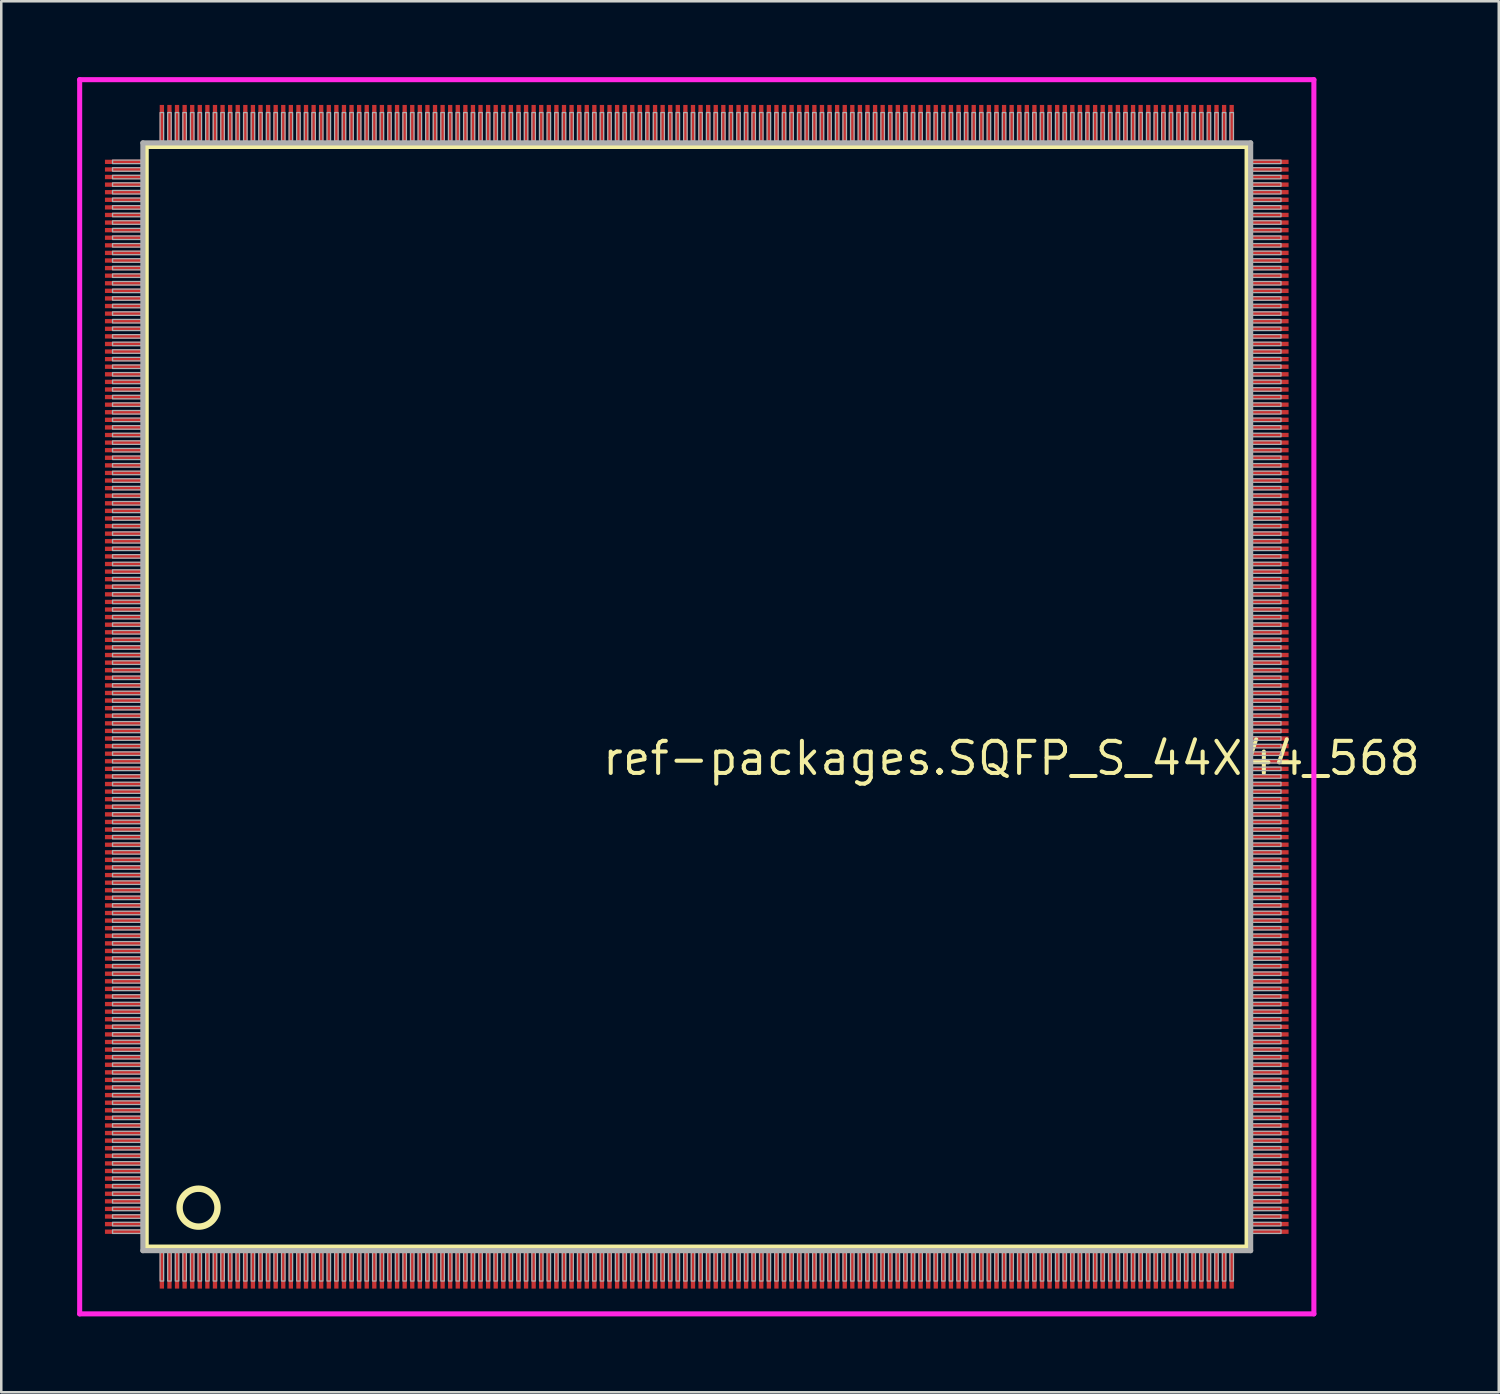
<source format=kicad_pcb>
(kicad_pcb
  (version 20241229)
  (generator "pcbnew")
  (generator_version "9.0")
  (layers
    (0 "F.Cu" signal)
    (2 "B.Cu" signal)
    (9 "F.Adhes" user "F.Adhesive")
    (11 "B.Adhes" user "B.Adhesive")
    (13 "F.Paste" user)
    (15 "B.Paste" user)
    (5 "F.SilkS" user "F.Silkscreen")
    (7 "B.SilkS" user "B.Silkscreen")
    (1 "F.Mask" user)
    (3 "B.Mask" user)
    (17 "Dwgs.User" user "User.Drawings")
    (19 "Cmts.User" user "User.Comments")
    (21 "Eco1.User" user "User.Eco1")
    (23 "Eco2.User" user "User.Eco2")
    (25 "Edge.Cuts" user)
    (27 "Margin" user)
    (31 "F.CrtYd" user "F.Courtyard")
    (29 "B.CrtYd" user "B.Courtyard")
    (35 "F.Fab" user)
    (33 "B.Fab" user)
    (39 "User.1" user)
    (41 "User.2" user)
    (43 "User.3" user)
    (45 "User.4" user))
  (footprint "ref-packages.SQFP_S_44X44_568"
    (layer "F.Cu")
    (at 24.5 24.5)
    (property "Reference" "ref-packages.SQFP_S_44X44_568" (at -3.81 3.175 0) (layer "F.SilkS") (effects (font (size 1.27 1.27) (thickness 0.16)) (justify left bottom)))
    (attr smd)
    (fp_line (start -21.77 -21.76) (end 21.76 -21.76) (stroke (width 0.203) (type default)) (layer "F.SilkS"))
    (fp_line (start -21.77 21.76) (end -21.77 -21.76) (stroke (width 0.203) (type default)) (layer "F.SilkS"))
    (fp_line (start 21.76 21.76) (end -21.77 21.76) (stroke (width 0.203) (type default)) (layer "F.SilkS"))
    (fp_line (start 21.76 -21.76) (end 21.76 21.76) (stroke (width 0.203) (type default)) (layer "F.SilkS"))
    (fp_circle (center -19.7 20.2) (end -18.95 20.2) (stroke (width 0.254) (type default)) (fill no) (layer "F.SilkS"))
    (fp_line (start -24.4 -24.4) (end 24.4 -24.4) (stroke (width 0.2) (type default)) (layer "F.CrtYd"))
    (fp_line (start -24.4 24.4) (end -24.4 -24.4) (stroke (width 0.2) (type default)) (layer "F.CrtYd"))
    (fp_line (start 24.4 -24.4) (end 24.4 24.4) (stroke (width 0.2) (type default)) (layer "F.CrtYd"))
    (fp_line (start 24.4 24.4) (end -24.4 24.4) (stroke (width 0.2) (type default)) (layer "F.CrtYd"))
    (fp_line (start -21.9 21.9) (end 21.9 21.9) (stroke (width 0.203) (type default)) (layer "F.Fab"))
    (fp_line (start -21.9 -21.9) (end -21.9 21.9) (stroke (width 0.203) (type default)) (layer "F.Fab"))
    (fp_line (start 21.9 21.9) (end 21.9 -21.9) (stroke (width 0.203) (type default)) (layer "F.Fab"))
    (fp_line (start 21.9 -21.9) (end -21.9 -21.9) (stroke (width 0.203) (type default)) (layer "F.Fab"))
    (fp_rect (start -23.1 -21.08) (end -21.97 -21.22) (stroke (width 0.05) (type default)) (fill no) (layer "F.Fab"))
    (fp_rect (start -23.1 -20.78) (end -21.97 -20.92) (stroke (width 0.05) (type default)) (fill no) (layer "F.Fab"))
    (fp_rect (start -23.1 -20.48) (end -21.97 -20.62) (stroke (width 0.05) (type default)) (fill no) (layer "F.Fab"))
    (fp_rect (start -23.1 -20.18) (end -21.97 -20.32) (stroke (width 0.05) (type default)) (fill no) (layer "F.Fab"))
    (fp_rect (start -23.1 -19.88) (end -21.97 -20.02) (stroke (width 0.05) (type default)) (fill no) (layer "F.Fab"))
    (fp_rect (start -23.1 -19.58) (end -21.97 -19.72) (stroke (width 0.05) (type default)) (fill no) (layer "F.Fab"))
    (fp_rect (start -23.1 -19.28) (end -21.97 -19.42) (stroke (width 0.05) (type default)) (fill no) (layer "F.Fab"))
    (fp_rect (start -23.1 -18.98) (end -21.97 -19.12) (stroke (width 0.05) (type default)) (fill no) (layer "F.Fab"))
    (fp_rect (start -23.1 -18.68) (end -21.97 -18.82) (stroke (width 0.05) (type default)) (fill no) (layer "F.Fab"))
    (fp_rect (start -23.1 -18.38) (end -21.97 -18.52) (stroke (width 0.05) (type default)) (fill no) (layer "F.Fab"))
    (fp_rect (start -23.1 -18.08) (end -21.97 -18.22) (stroke (width 0.05) (type default)) (fill no) (layer "F.Fab"))
    (fp_rect (start -23.1 -17.78) (end -21.97 -17.92) (stroke (width 0.05) (type default)) (fill no) (layer "F.Fab"))
    (fp_rect (start -23.1 -17.48) (end -21.97 -17.62) (stroke (width 0.05) (type default)) (fill no) (layer "F.Fab"))
    (fp_rect (start -23.1 -17.18) (end -21.97 -17.32) (stroke (width 0.05) (type default)) (fill no) (layer "F.Fab"))
    (fp_rect (start -23.1 -16.88) (end -21.97 -17.02) (stroke (width 0.05) (type default)) (fill no) (layer "F.Fab"))
    (fp_rect (start -23.1 -16.58) (end -21.97 -16.72) (stroke (width 0.05) (type default)) (fill no) (layer "F.Fab"))
    (fp_rect (start -23.1 -16.28) (end -21.97 -16.42) (stroke (width 0.05) (type default)) (fill no) (layer "F.Fab"))
    (fp_rect (start -23.1 -15.98) (end -21.97 -16.12) (stroke (width 0.05) (type default)) (fill no) (layer "F.Fab"))
    (fp_rect (start -23.1 -15.68) (end -21.97 -15.82) (stroke (width 0.05) (type default)) (fill no) (layer "F.Fab"))
    (fp_rect (start -23.1 -15.38) (end -21.97 -15.52) (stroke (width 0.05) (type default)) (fill no) (layer "F.Fab"))
    (fp_rect (start -23.1 -15.08) (end -21.97 -15.22) (stroke (width 0.05) (type default)) (fill no) (layer "F.Fab"))
    (fp_rect (start -23.1 -14.78) (end -21.97 -14.92) (stroke (width 0.05) (type default)) (fill no) (layer "F.Fab"))
    (fp_rect (start -23.1 -14.48) (end -21.97 -14.62) (stroke (width 0.05) (type default)) (fill no) (layer "F.Fab"))
    (fp_rect (start -23.1 -14.18) (end -21.97 -14.32) (stroke (width 0.05) (type default)) (fill no) (layer "F.Fab"))
    (fp_rect (start -23.1 -13.88) (end -21.97 -14.02) (stroke (width 0.05) (type default)) (fill no) (layer "F.Fab"))
    (fp_rect (start -23.1 -13.58) (end -21.97 -13.72) (stroke (width 0.05) (type default)) (fill no) (layer "F.Fab"))
    (fp_rect (start -23.1 -13.28) (end -21.97 -13.42) (stroke (width 0.05) (type default)) (fill no) (layer "F.Fab"))
    (fp_rect (start -23.1 -12.98) (end -21.97 -13.12) (stroke (width 0.05) (type default)) (fill no) (layer "F.Fab"))
    (fp_rect (start -23.1 -12.68) (end -21.97 -12.82) (stroke (width 0.05) (type default)) (fill no) (layer "F.Fab"))
    (fp_rect (start -23.1 -12.38) (end -21.97 -12.52) (stroke (width 0.05) (type default)) (fill no) (layer "F.Fab"))
    (fp_rect (start -23.1 -12.08) (end -21.97 -12.22) (stroke (width 0.05) (type default)) (fill no) (layer "F.Fab"))
    (fp_rect (start -23.1 -11.78) (end -21.97 -11.92) (stroke (width 0.05) (type default)) (fill no) (layer "F.Fab"))
    (fp_rect (start -23.1 -11.48) (end -21.97 -11.62) (stroke (width 0.05) (type default)) (fill no) (layer "F.Fab"))
    (fp_rect (start -23.1 -11.18) (end -21.97 -11.32) (stroke (width 0.05) (type default)) (fill no) (layer "F.Fab"))
    (fp_rect (start -23.1 -10.88) (end -21.97 -11.02) (stroke (width 0.05) (type default)) (fill no) (layer "F.Fab"))
    (fp_rect (start -23.1 -10.58) (end -21.97 -10.72) (stroke (width 0.05) (type default)) (fill no) (layer "F.Fab"))
    (fp_rect (start -23.1 -10.28) (end -21.97 -10.42) (stroke (width 0.05) (type default)) (fill no) (layer "F.Fab"))
    (fp_rect (start -23.1 -9.98) (end -21.97 -10.12) (stroke (width 0.05) (type default)) (fill no) (layer "F.Fab"))
    (fp_rect (start -23.1 -9.68) (end -21.97 -9.82) (stroke (width 0.05) (type default)) (fill no) (layer "F.Fab"))
    (fp_rect (start -23.1 -9.38) (end -21.97 -9.52) (stroke (width 0.05) (type default)) (fill no) (layer "F.Fab"))
    (fp_rect (start -23.1 -9.08) (end -21.97 -9.22) (stroke (width 0.05) (type default)) (fill no) (layer "F.Fab"))
    (fp_rect (start -23.1 -8.78) (end -21.97 -8.92) (stroke (width 0.05) (type default)) (fill no) (layer "F.Fab"))
    (fp_rect (start -23.1 -8.48) (end -21.97 -8.62) (stroke (width 0.05) (type default)) (fill no) (layer "F.Fab"))
    (fp_rect (start -23.1 -8.18) (end -21.97 -8.32) (stroke (width 0.05) (type default)) (fill no) (layer "F.Fab"))
    (fp_rect (start -23.1 -7.88) (end -21.97 -8.02) (stroke (width 0.05) (type default)) (fill no) (layer "F.Fab"))
    (fp_rect (start -23.1 -7.58) (end -21.97 -7.72) (stroke (width 0.05) (type default)) (fill no) (layer "F.Fab"))
    (fp_rect (start -23.1 -7.28) (end -21.97 -7.42) (stroke (width 0.05) (type default)) (fill no) (layer "F.Fab"))
    (fp_rect (start -23.1 -6.98) (end -21.97 -7.12) (stroke (width 0.05) (type default)) (fill no) (layer "F.Fab"))
    (fp_rect (start -23.1 -6.68) (end -21.97 -6.82) (stroke (width 0.05) (type default)) (fill no) (layer "F.Fab"))
    (fp_rect (start -23.1 -6.38) (end -21.97 -6.52) (stroke (width 0.05) (type default)) (fill no) (layer "F.Fab"))
    (fp_rect (start -23.1 -6.08) (end -21.97 -6.22) (stroke (width 0.05) (type default)) (fill no) (layer "F.Fab"))
    (fp_rect (start -23.1 -5.78) (end -21.97 -5.92) (stroke (width 0.05) (type default)) (fill no) (layer "F.Fab"))
    (fp_rect (start -23.1 -5.48) (end -21.97 -5.62) (stroke (width 0.05) (type default)) (fill no) (layer "F.Fab"))
    (fp_rect (start -23.1 -5.18) (end -21.97 -5.32) (stroke (width 0.05) (type default)) (fill no) (layer "F.Fab"))
    (fp_rect (start -23.1 -4.88) (end -21.97 -5.02) (stroke (width 0.05) (type default)) (fill no) (layer "F.Fab"))
    (fp_rect (start -23.1 -4.58) (end -21.97 -4.72) (stroke (width 0.05) (type default)) (fill no) (layer "F.Fab"))
    (fp_rect (start -23.1 -4.28) (end -21.97 -4.42) (stroke (width 0.05) (type default)) (fill no) (layer "F.Fab"))
    (fp_rect (start -23.1 -3.98) (end -21.97 -4.12) (stroke (width 0.05) (type default)) (fill no) (layer "F.Fab"))
    (fp_rect (start -23.1 -3.68) (end -21.97 -3.82) (stroke (width 0.05) (type default)) (fill no) (layer "F.Fab"))
    (fp_rect (start -23.1 -3.38) (end -21.97 -3.52) (stroke (width 0.05) (type default)) (fill no) (layer "F.Fab"))
    (fp_rect (start -23.1 -3.08) (end -21.97 -3.22) (stroke (width 0.05) (type default)) (fill no) (layer "F.Fab"))
    (fp_rect (start -23.1 -2.78) (end -21.97 -2.92) (stroke (width 0.05) (type default)) (fill no) (layer "F.Fab"))
    (fp_rect (start -23.1 -2.48) (end -21.97 -2.62) (stroke (width 0.05) (type default)) (fill no) (layer "F.Fab"))
    (fp_rect (start -23.1 -2.18) (end -21.97 -2.32) (stroke (width 0.05) (type default)) (fill no) (layer "F.Fab"))
    (fp_rect (start -23.1 -1.88) (end -21.97 -2.02) (stroke (width 0.05) (type default)) (fill no) (layer "F.Fab"))
    (fp_rect (start -23.1 -1.58) (end -21.97 -1.72) (stroke (width 0.05) (type default)) (fill no) (layer "F.Fab"))
    (fp_rect (start -23.1 -1.28) (end -21.97 -1.42) (stroke (width 0.05) (type default)) (fill no) (layer "F.Fab"))
    (fp_rect (start -23.1 -0.98) (end -21.97 -1.12) (stroke (width 0.05) (type default)) (fill no) (layer "F.Fab"))
    (fp_rect (start -23.1 -0.68) (end -21.97 -0.82) (stroke (width 0.05) (type default)) (fill no) (layer "F.Fab"))
    (fp_rect (start -23.1 -0.38) (end -21.97 -0.52) (stroke (width 0.05) (type default)) (fill no) (layer "F.Fab"))
    (fp_rect (start -23.1 -0.08) (end -21.97 -0.22) (stroke (width 0.05) (type default)) (fill no) (layer "F.Fab"))
    (fp_rect (start -23.1 0.22) (end -21.97 0.08) (stroke (width 0.05) (type default)) (fill no) (layer "F.Fab"))
    (fp_rect (start -23.1 0.52) (end -21.97 0.38) (stroke (width 0.05) (type default)) (fill no) (layer "F.Fab"))
    (fp_rect (start -23.1 0.82) (end -21.97 0.68) (stroke (width 0.05) (type default)) (fill no) (layer "F.Fab"))
    (fp_rect (start -23.1 1.12) (end -21.97 0.98) (stroke (width 0.05) (type default)) (fill no) (layer "F.Fab"))
    (fp_rect (start -23.1 1.42) (end -21.97 1.28) (stroke (width 0.05) (type default)) (fill no) (layer "F.Fab"))
    (fp_rect (start -23.1 1.72) (end -21.97 1.58) (stroke (width 0.05) (type default)) (fill no) (layer "F.Fab"))
    (fp_rect (start -23.1 2.02) (end -21.97 1.88) (stroke (width 0.05) (type default)) (fill no) (layer "F.Fab"))
    (fp_rect (start -23.1 2.32) (end -21.97 2.18) (stroke (width 0.05) (type default)) (fill no) (layer "F.Fab"))
    (fp_rect (start -23.1 2.62) (end -21.97 2.48) (stroke (width 0.05) (type default)) (fill no) (layer "F.Fab"))
    (fp_rect (start -23.1 2.92) (end -21.97 2.78) (stroke (width 0.05) (type default)) (fill no) (layer "F.Fab"))
    (fp_rect (start -23.1 3.22) (end -21.97 3.08) (stroke (width 0.05) (type default)) (fill no) (layer "F.Fab"))
    (fp_rect (start -23.1 3.52) (end -21.97 3.38) (stroke (width 0.05) (type default)) (fill no) (layer "F.Fab"))
    (fp_rect (start -23.1 3.82) (end -21.97 3.68) (stroke (width 0.05) (type default)) (fill no) (layer "F.Fab"))
    (fp_rect (start -23.1 4.12) (end -21.97 3.98) (stroke (width 0.05) (type default)) (fill no) (layer "F.Fab"))
    (fp_rect (start -23.1 4.42) (end -21.97 4.28) (stroke (width 0.05) (type default)) (fill no) (layer "F.Fab"))
    (fp_rect (start -23.1 4.72) (end -21.97 4.58) (stroke (width 0.05) (type default)) (fill no) (layer "F.Fab"))
    (fp_rect (start -23.1 5.02) (end -21.97 4.88) (stroke (width 0.05) (type default)) (fill no) (layer "F.Fab"))
    (fp_rect (start -23.1 5.32) (end -21.97 5.18) (stroke (width 0.05) (type default)) (fill no) (layer "F.Fab"))
    (fp_rect (start -23.1 5.62) (end -21.97 5.48) (stroke (width 0.05) (type default)) (fill no) (layer "F.Fab"))
    (fp_rect (start -23.1 5.92) (end -21.97 5.78) (stroke (width 0.05) (type default)) (fill no) (layer "F.Fab"))
    (fp_rect (start -23.1 6.22) (end -21.97 6.08) (stroke (width 0.05) (type default)) (fill no) (layer "F.Fab"))
    (fp_rect (start -23.1 6.52) (end -21.97 6.38) (stroke (width 0.05) (type default)) (fill no) (layer "F.Fab"))
    (fp_rect (start -23.1 6.82) (end -21.97 6.68) (stroke (width 0.05) (type default)) (fill no) (layer "F.Fab"))
    (fp_rect (start -23.1 7.12) (end -21.97 6.98) (stroke (width 0.05) (type default)) (fill no) (layer "F.Fab"))
    (fp_rect (start -23.1 7.42) (end -21.97 7.28) (stroke (width 0.05) (type default)) (fill no) (layer "F.Fab"))
    (fp_rect (start -23.1 7.72) (end -21.97 7.58) (stroke (width 0.05) (type default)) (fill no) (layer "F.Fab"))
    (fp_rect (start -23.1 8.02) (end -21.97 7.88) (stroke (width 0.05) (type default)) (fill no) (layer "F.Fab"))
    (fp_rect (start -23.1 8.32) (end -21.97 8.18) (stroke (width 0.05) (type default)) (fill no) (layer "F.Fab"))
    (fp_rect (start -23.1 8.62) (end -21.97 8.48) (stroke (width 0.05) (type default)) (fill no) (layer "F.Fab"))
    (fp_rect (start -23.1 8.92) (end -21.97 8.78) (stroke (width 0.05) (type default)) (fill no) (layer "F.Fab"))
    (fp_rect (start -23.1 9.22) (end -21.97 9.08) (stroke (width 0.05) (type default)) (fill no) (layer "F.Fab"))
    (fp_rect (start -23.1 9.52) (end -21.97 9.38) (stroke (width 0.05) (type default)) (fill no) (layer "F.Fab"))
    (fp_rect (start -23.1 9.82) (end -21.97 9.68) (stroke (width 0.05) (type default)) (fill no) (layer "F.Fab"))
    (fp_rect (start -23.1 10.12) (end -21.97 9.98) (stroke (width 0.05) (type default)) (fill no) (layer "F.Fab"))
    (fp_rect (start -23.1 10.42) (end -21.97 10.28) (stroke (width 0.05) (type default)) (fill no) (layer "F.Fab"))
    (fp_rect (start -23.1 10.72) (end -21.97 10.58) (stroke (width 0.05) (type default)) (fill no) (layer "F.Fab"))
    (fp_rect (start -23.1 11.02) (end -21.97 10.88) (stroke (width 0.05) (type default)) (fill no) (layer "F.Fab"))
    (fp_rect (start -23.1 11.32) (end -21.97 11.18) (stroke (width 0.05) (type default)) (fill no) (layer "F.Fab"))
    (fp_rect (start -23.1 11.62) (end -21.97 11.48) (stroke (width 0.05) (type default)) (fill no) (layer "F.Fab"))
    (fp_rect (start -23.1 11.92) (end -21.97 11.78) (stroke (width 0.05) (type default)) (fill no) (layer "F.Fab"))
    (fp_rect (start -23.1 12.22) (end -21.97 12.08) (stroke (width 0.05) (type default)) (fill no) (layer "F.Fab"))
    (fp_rect (start -23.1 12.52) (end -21.97 12.38) (stroke (width 0.05) (type default)) (fill no) (layer "F.Fab"))
    (fp_rect (start -23.1 12.82) (end -21.97 12.68) (stroke (width 0.05) (type default)) (fill no) (layer "F.Fab"))
    (fp_rect (start -23.1 13.12) (end -21.97 12.98) (stroke (width 0.05) (type default)) (fill no) (layer "F.Fab"))
    (fp_rect (start -23.1 13.42) (end -21.97 13.28) (stroke (width 0.05) (type default)) (fill no) (layer "F.Fab"))
    (fp_rect (start -23.1 13.72) (end -21.97 13.58) (stroke (width 0.05) (type default)) (fill no) (layer "F.Fab"))
    (fp_rect (start -23.1 14.02) (end -21.97 13.88) (stroke (width 0.05) (type default)) (fill no) (layer "F.Fab"))
    (fp_rect (start -23.1 14.32) (end -21.97 14.18) (stroke (width 0.05) (type default)) (fill no) (layer "F.Fab"))
    (fp_rect (start -23.1 14.62) (end -21.97 14.48) (stroke (width 0.05) (type default)) (fill no) (layer "F.Fab"))
    (fp_rect (start -23.1 14.92) (end -21.97 14.78) (stroke (width 0.05) (type default)) (fill no) (layer "F.Fab"))
    (fp_rect (start -23.1 15.22) (end -21.97 15.08) (stroke (width 0.05) (type default)) (fill no) (layer "F.Fab"))
    (fp_rect (start -23.1 15.52) (end -21.97 15.38) (stroke (width 0.05) (type default)) (fill no) (layer "F.Fab"))
    (fp_rect (start -23.1 15.82) (end -21.97 15.68) (stroke (width 0.05) (type default)) (fill no) (layer "F.Fab"))
    (fp_rect (start -23.1 16.12) (end -21.97 15.98) (stroke (width 0.05) (type default)) (fill no) (layer "F.Fab"))
    (fp_rect (start -23.1 16.42) (end -21.97 16.28) (stroke (width 0.05) (type default)) (fill no) (layer "F.Fab"))
    (fp_rect (start -23.1 16.72) (end -21.97 16.58) (stroke (width 0.05) (type default)) (fill no) (layer "F.Fab"))
    (fp_rect (start -23.1 17.02) (end -21.97 16.88) (stroke (width 0.05) (type default)) (fill no) (layer "F.Fab"))
    (fp_rect (start -23.1 17.32) (end -21.97 17.18) (stroke (width 0.05) (type default)) (fill no) (layer "F.Fab"))
    (fp_rect (start -23.1 17.62) (end -21.97 17.48) (stroke (width 0.05) (type default)) (fill no) (layer "F.Fab"))
    (fp_rect (start -23.1 17.92) (end -21.97 17.78) (stroke (width 0.05) (type default)) (fill no) (layer "F.Fab"))
    (fp_rect (start -23.1 18.22) (end -21.97 18.08) (stroke (width 0.05) (type default)) (fill no) (layer "F.Fab"))
    (fp_rect (start -23.1 18.52) (end -21.97 18.38) (stroke (width 0.05) (type default)) (fill no) (layer "F.Fab"))
    (fp_rect (start -23.1 18.82) (end -21.97 18.68) (stroke (width 0.05) (type default)) (fill no) (layer "F.Fab"))
    (fp_rect (start -23.1 19.12) (end -21.97 18.98) (stroke (width 0.05) (type default)) (fill no) (layer "F.Fab"))
    (fp_rect (start -23.1 19.42) (end -21.97 19.28) (stroke (width 0.05) (type default)) (fill no) (layer "F.Fab"))
    (fp_rect (start -23.1 19.72) (end -21.97 19.58) (stroke (width 0.05) (type default)) (fill no) (layer "F.Fab"))
    (fp_rect (start -23.1 20.02) (end -21.97 19.88) (stroke (width 0.05) (type default)) (fill no) (layer "F.Fab"))
    (fp_rect (start -23.1 20.32) (end -21.97 20.18) (stroke (width 0.05) (type default)) (fill no) (layer "F.Fab"))
    (fp_rect (start -23.1 20.62) (end -21.97 20.48) (stroke (width 0.05) (type default)) (fill no) (layer "F.Fab"))
    (fp_rect (start -23.1 20.92) (end -21.97 20.78) (stroke (width 0.05) (type default)) (fill no) (layer "F.Fab"))
    (fp_rect (start -23.1 21.22) (end -21.97 21.08) (stroke (width 0.05) (type default)) (fill no) (layer "F.Fab"))
    (fp_rect (start -21.22 -21.97) (end -21.08 -23.1) (stroke (width 0.05) (type default)) (fill no) (layer "F.Fab"))
    (fp_rect (start -21.22 23.1) (end -21.08 21.97) (stroke (width 0.05) (type default)) (fill no) (layer "F.Fab"))
    (fp_rect (start -20.92 -21.97) (end -20.78 -23.1) (stroke (width 0.05) (type default)) (fill no) (layer "F.Fab"))
    (fp_rect (start -20.92 23.1) (end -20.78 21.97) (stroke (width 0.05) (type default)) (fill no) (layer "F.Fab"))
    (fp_rect (start -20.62 -21.97) (end -20.48 -23.1) (stroke (width 0.05) (type default)) (fill no) (layer "F.Fab"))
    (fp_rect (start -20.62 23.1) (end -20.48 21.97) (stroke (width 0.05) (type default)) (fill no) (layer "F.Fab"))
    (fp_rect (start -20.32 -21.97) (end -20.18 -23.1) (stroke (width 0.05) (type default)) (fill no) (layer "F.Fab"))
    (fp_rect (start -20.32 23.1) (end -20.18 21.97) (stroke (width 0.05) (type default)) (fill no) (layer "F.Fab"))
    (fp_rect (start -20.02 -21.97) (end -19.88 -23.1) (stroke (width 0.05) (type default)) (fill no) (layer "F.Fab"))
    (fp_rect (start -20.02 23.1) (end -19.88 21.97) (stroke (width 0.05) (type default)) (fill no) (layer "F.Fab"))
    (fp_rect (start -19.72 -21.97) (end -19.58 -23.1) (stroke (width 0.05) (type default)) (fill no) (layer "F.Fab"))
    (fp_rect (start -19.72 23.1) (end -19.58 21.97) (stroke (width 0.05) (type default)) (fill no) (layer "F.Fab"))
    (fp_rect (start -19.42 -21.97) (end -19.28 -23.1) (stroke (width 0.05) (type default)) (fill no) (layer "F.Fab"))
    (fp_rect (start -19.42 23.1) (end -19.28 21.97) (stroke (width 0.05) (type default)) (fill no) (layer "F.Fab"))
    (fp_rect (start -19.12 -21.97) (end -18.98 -23.1) (stroke (width 0.05) (type default)) (fill no) (layer "F.Fab"))
    (fp_rect (start -19.12 23.1) (end -18.98 21.97) (stroke (width 0.05) (type default)) (fill no) (layer "F.Fab"))
    (fp_rect (start -18.82 -21.97) (end -18.68 -23.1) (stroke (width 0.05) (type default)) (fill no) (layer "F.Fab"))
    (fp_rect (start -18.82 23.1) (end -18.68 21.97) (stroke (width 0.05) (type default)) (fill no) (layer "F.Fab"))
    (fp_rect (start -18.52 -21.97) (end -18.38 -23.1) (stroke (width 0.05) (type default)) (fill no) (layer "F.Fab"))
    (fp_rect (start -18.52 23.1) (end -18.38 21.97) (stroke (width 0.05) (type default)) (fill no) (layer "F.Fab"))
    (fp_rect (start -18.22 -21.97) (end -18.08 -23.1) (stroke (width 0.05) (type default)) (fill no) (layer "F.Fab"))
    (fp_rect (start -18.22 23.1) (end -18.08 21.97) (stroke (width 0.05) (type default)) (fill no) (layer "F.Fab"))
    (fp_rect (start -17.92 -21.97) (end -17.78 -23.1) (stroke (width 0.05) (type default)) (fill no) (layer "F.Fab"))
    (fp_rect (start -17.92 23.1) (end -17.78 21.97) (stroke (width 0.05) (type default)) (fill no) (layer "F.Fab"))
    (fp_rect (start -17.62 -21.97) (end -17.48 -23.1) (stroke (width 0.05) (type default)) (fill no) (layer "F.Fab"))
    (fp_rect (start -17.62 23.1) (end -17.48 21.97) (stroke (width 0.05) (type default)) (fill no) (layer "F.Fab"))
    (fp_rect (start -17.32 -21.97) (end -17.18 -23.1) (stroke (width 0.05) (type default)) (fill no) (layer "F.Fab"))
    (fp_rect (start -17.32 23.1) (end -17.18 21.97) (stroke (width 0.05) (type default)) (fill no) (layer "F.Fab"))
    (fp_rect (start -17.02 -21.97) (end -16.88 -23.1) (stroke (width 0.05) (type default)) (fill no) (layer "F.Fab"))
    (fp_rect (start -17.02 23.1) (end -16.88 21.97) (stroke (width 0.05) (type default)) (fill no) (layer "F.Fab"))
    (fp_rect (start -16.72 -21.97) (end -16.58 -23.1) (stroke (width 0.05) (type default)) (fill no) (layer "F.Fab"))
    (fp_rect (start -16.72 23.1) (end -16.58 21.97) (stroke (width 0.05) (type default)) (fill no) (layer "F.Fab"))
    (fp_rect (start -16.42 -21.97) (end -16.28 -23.1) (stroke (width 0.05) (type default)) (fill no) (layer "F.Fab"))
    (fp_rect (start -16.42 23.1) (end -16.28 21.97) (stroke (width 0.05) (type default)) (fill no) (layer "F.Fab"))
    (fp_rect (start -16.12 -21.97) (end -15.98 -23.1) (stroke (width 0.05) (type default)) (fill no) (layer "F.Fab"))
    (fp_rect (start -16.12 23.1) (end -15.98 21.97) (stroke (width 0.05) (type default)) (fill no) (layer "F.Fab"))
    (fp_rect (start -15.82 -21.97) (end -15.68 -23.1) (stroke (width 0.05) (type default)) (fill no) (layer "F.Fab"))
    (fp_rect (start -15.82 23.1) (end -15.68 21.97) (stroke (width 0.05) (type default)) (fill no) (layer "F.Fab"))
    (fp_rect (start -15.52 -21.97) (end -15.38 -23.1) (stroke (width 0.05) (type default)) (fill no) (layer "F.Fab"))
    (fp_rect (start -15.52 23.1) (end -15.38 21.97) (stroke (width 0.05) (type default)) (fill no) (layer "F.Fab"))
    (fp_rect (start -15.22 -21.97) (end -15.08 -23.1) (stroke (width 0.05) (type default)) (fill no) (layer "F.Fab"))
    (fp_rect (start -15.22 23.1) (end -15.08 21.97) (stroke (width 0.05) (type default)) (fill no) (layer "F.Fab"))
    (fp_rect (start -14.92 -21.97) (end -14.78 -23.1) (stroke (width 0.05) (type default)) (fill no) (layer "F.Fab"))
    (fp_rect (start -14.92 23.1) (end -14.78 21.97) (stroke (width 0.05) (type default)) (fill no) (layer "F.Fab"))
    (fp_rect (start -14.62 -21.97) (end -14.48 -23.1) (stroke (width 0.05) (type default)) (fill no) (layer "F.Fab"))
    (fp_rect (start -14.62 23.1) (end -14.48 21.97) (stroke (width 0.05) (type default)) (fill no) (layer "F.Fab"))
    (fp_rect (start -14.32 -21.97) (end -14.18 -23.1) (stroke (width 0.05) (type default)) (fill no) (layer "F.Fab"))
    (fp_rect (start -14.32 23.1) (end -14.18 21.97) (stroke (width 0.05) (type default)) (fill no) (layer "F.Fab"))
    (fp_rect (start -14.02 -21.97) (end -13.88 -23.1) (stroke (width 0.05) (type default)) (fill no) (layer "F.Fab"))
    (fp_rect (start -14.02 23.1) (end -13.88 21.97) (stroke (width 0.05) (type default)) (fill no) (layer "F.Fab"))
    (fp_rect (start -13.72 -21.97) (end -13.58 -23.1) (stroke (width 0.05) (type default)) (fill no) (layer "F.Fab"))
    (fp_rect (start -13.72 23.1) (end -13.58 21.97) (stroke (width 0.05) (type default)) (fill no) (layer "F.Fab"))
    (fp_rect (start -13.42 -21.97) (end -13.28 -23.1) (stroke (width 0.05) (type default)) (fill no) (layer "F.Fab"))
    (fp_rect (start -13.42 23.1) (end -13.28 21.97) (stroke (width 0.05) (type default)) (fill no) (layer "F.Fab"))
    (fp_rect (start -13.12 -21.97) (end -12.98 -23.1) (stroke (width 0.05) (type default)) (fill no) (layer "F.Fab"))
    (fp_rect (start -13.12 23.1) (end -12.98 21.97) (stroke (width 0.05) (type default)) (fill no) (layer "F.Fab"))
    (fp_rect (start -12.82 -21.97) (end -12.68 -23.1) (stroke (width 0.05) (type default)) (fill no) (layer "F.Fab"))
    (fp_rect (start -12.82 23.1) (end -12.68 21.97) (stroke (width 0.05) (type default)) (fill no) (layer "F.Fab"))
    (fp_rect (start -12.52 -21.97) (end -12.38 -23.1) (stroke (width 0.05) (type default)) (fill no) (layer "F.Fab"))
    (fp_rect (start -12.52 23.1) (end -12.38 21.97) (stroke (width 0.05) (type default)) (fill no) (layer "F.Fab"))
    (fp_rect (start -12.22 -21.97) (end -12.08 -23.1) (stroke (width 0.05) (type default)) (fill no) (layer "F.Fab"))
    (fp_rect (start -12.22 23.1) (end -12.08 21.97) (stroke (width 0.05) (type default)) (fill no) (layer "F.Fab"))
    (fp_rect (start -11.92 -21.97) (end -11.78 -23.1) (stroke (width 0.05) (type default)) (fill no) (layer "F.Fab"))
    (fp_rect (start -11.92 23.1) (end -11.78 21.97) (stroke (width 0.05) (type default)) (fill no) (layer "F.Fab"))
    (fp_rect (start -11.62 -21.97) (end -11.48 -23.1) (stroke (width 0.05) (type default)) (fill no) (layer "F.Fab"))
    (fp_rect (start -11.62 23.1) (end -11.48 21.97) (stroke (width 0.05) (type default)) (fill no) (layer "F.Fab"))
    (fp_rect (start -11.32 -21.97) (end -11.18 -23.1) (stroke (width 0.05) (type default)) (fill no) (layer "F.Fab"))
    (fp_rect (start -11.32 23.1) (end -11.18 21.97) (stroke (width 0.05) (type default)) (fill no) (layer "F.Fab"))
    (fp_rect (start -11.02 -21.97) (end -10.88 -23.1) (stroke (width 0.05) (type default)) (fill no) (layer "F.Fab"))
    (fp_rect (start -11.02 23.1) (end -10.88 21.97) (stroke (width 0.05) (type default)) (fill no) (layer "F.Fab"))
    (fp_rect (start -10.72 -21.97) (end -10.58 -23.1) (stroke (width 0.05) (type default)) (fill no) (layer "F.Fab"))
    (fp_rect (start -10.72 23.1) (end -10.58 21.97) (stroke (width 0.05) (type default)) (fill no) (layer "F.Fab"))
    (fp_rect (start -10.42 -21.97) (end -10.28 -23.1) (stroke (width 0.05) (type default)) (fill no) (layer "F.Fab"))
    (fp_rect (start -10.42 23.1) (end -10.28 21.97) (stroke (width 0.05) (type default)) (fill no) (layer "F.Fab"))
    (fp_rect (start -10.12 -21.97) (end -9.98 -23.1) (stroke (width 0.05) (type default)) (fill no) (layer "F.Fab"))
    (fp_rect (start -10.12 23.1) (end -9.98 21.97) (stroke (width 0.05) (type default)) (fill no) (layer "F.Fab"))
    (fp_rect (start -9.82 -21.97) (end -9.68 -23.1) (stroke (width 0.05) (type default)) (fill no) (layer "F.Fab"))
    (fp_rect (start -9.82 23.1) (end -9.68 21.97) (stroke (width 0.05) (type default)) (fill no) (layer "F.Fab"))
    (fp_rect (start -9.52 -21.97) (end -9.38 -23.1) (stroke (width 0.05) (type default)) (fill no) (layer "F.Fab"))
    (fp_rect (start -9.52 23.1) (end -9.38 21.97) (stroke (width 0.05) (type default)) (fill no) (layer "F.Fab"))
    (fp_rect (start -9.22 -21.97) (end -9.08 -23.1) (stroke (width 0.05) (type default)) (fill no) (layer "F.Fab"))
    (fp_rect (start -9.22 23.1) (end -9.08 21.97) (stroke (width 0.05) (type default)) (fill no) (layer "F.Fab"))
    (fp_rect (start -8.92 -21.97) (end -8.78 -23.1) (stroke (width 0.05) (type default)) (fill no) (layer "F.Fab"))
    (fp_rect (start -8.92 23.1) (end -8.78 21.97) (stroke (width 0.05) (type default)) (fill no) (layer "F.Fab"))
    (fp_rect (start -8.62 -21.97) (end -8.48 -23.1) (stroke (width 0.05) (type default)) (fill no) (layer "F.Fab"))
    (fp_rect (start -8.62 23.1) (end -8.48 21.97) (stroke (width 0.05) (type default)) (fill no) (layer "F.Fab"))
    (fp_rect (start -8.32 -21.97) (end -8.18 -23.1) (stroke (width 0.05) (type default)) (fill no) (layer "F.Fab"))
    (fp_rect (start -8.32 23.1) (end -8.18 21.97) (stroke (width 0.05) (type default)) (fill no) (layer "F.Fab"))
    (fp_rect (start -8.02 -21.97) (end -7.88 -23.1) (stroke (width 0.05) (type default)) (fill no) (layer "F.Fab"))
    (fp_rect (start -8.02 23.1) (end -7.88 21.97) (stroke (width 0.05) (type default)) (fill no) (layer "F.Fab"))
    (fp_rect (start -7.72 -21.97) (end -7.58 -23.1) (stroke (width 0.05) (type default)) (fill no) (layer "F.Fab"))
    (fp_rect (start -7.72 23.1) (end -7.58 21.97) (stroke (width 0.05) (type default)) (fill no) (layer "F.Fab"))
    (fp_rect (start -7.42 -21.97) (end -7.28 -23.1) (stroke (width 0.05) (type default)) (fill no) (layer "F.Fab"))
    (fp_rect (start -7.42 23.1) (end -7.28 21.97) (stroke (width 0.05) (type default)) (fill no) (layer "F.Fab"))
    (fp_rect (start -7.12 -21.97) (end -6.98 -23.1) (stroke (width 0.05) (type default)) (fill no) (layer "F.Fab"))
    (fp_rect (start -7.12 23.1) (end -6.98 21.97) (stroke (width 0.05) (type default)) (fill no) (layer "F.Fab"))
    (fp_rect (start -6.82 -21.97) (end -6.68 -23.1) (stroke (width 0.05) (type default)) (fill no) (layer "F.Fab"))
    (fp_rect (start -6.82 23.1) (end -6.68 21.97) (stroke (width 0.05) (type default)) (fill no) (layer "F.Fab"))
    (fp_rect (start -6.52 -21.97) (end -6.38 -23.1) (stroke (width 0.05) (type default)) (fill no) (layer "F.Fab"))
    (fp_rect (start -6.52 23.1) (end -6.38 21.97) (stroke (width 0.05) (type default)) (fill no) (layer "F.Fab"))
    (fp_rect (start -6.22 -21.97) (end -6.08 -23.1) (stroke (width 0.05) (type default)) (fill no) (layer "F.Fab"))
    (fp_rect (start -6.22 23.1) (end -6.08 21.97) (stroke (width 0.05) (type default)) (fill no) (layer "F.Fab"))
    (fp_rect (start -5.92 -21.97) (end -5.78 -23.1) (stroke (width 0.05) (type default)) (fill no) (layer "F.Fab"))
    (fp_rect (start -5.92 23.1) (end -5.78 21.97) (stroke (width 0.05) (type default)) (fill no) (layer "F.Fab"))
    (fp_rect (start -5.62 -21.97) (end -5.48 -23.1) (stroke (width 0.05) (type default)) (fill no) (layer "F.Fab"))
    (fp_rect (start -5.62 23.1) (end -5.48 21.97) (stroke (width 0.05) (type default)) (fill no) (layer "F.Fab"))
    (fp_rect (start -5.32 -21.97) (end -5.18 -23.1) (stroke (width 0.05) (type default)) (fill no) (layer "F.Fab"))
    (fp_rect (start -5.32 23.1) (end -5.18 21.97) (stroke (width 0.05) (type default)) (fill no) (layer "F.Fab"))
    (fp_rect (start -5.02 -21.97) (end -4.88 -23.1) (stroke (width 0.05) (type default)) (fill no) (layer "F.Fab"))
    (fp_rect (start -5.02 23.1) (end -4.88 21.97) (stroke (width 0.05) (type default)) (fill no) (layer "F.Fab"))
    (fp_rect (start -4.72 -21.97) (end -4.58 -23.1) (stroke (width 0.05) (type default)) (fill no) (layer "F.Fab"))
    (fp_rect (start -4.72 23.1) (end -4.58 21.97) (stroke (width 0.05) (type default)) (fill no) (layer "F.Fab"))
    (fp_rect (start -4.42 -21.97) (end -4.28 -23.1) (stroke (width 0.05) (type default)) (fill no) (layer "F.Fab"))
    (fp_rect (start -4.42 23.1) (end -4.28 21.97) (stroke (width 0.05) (type default)) (fill no) (layer "F.Fab"))
    (fp_rect (start -4.12 -21.97) (end -3.98 -23.1) (stroke (width 0.05) (type default)) (fill no) (layer "F.Fab"))
    (fp_rect (start -4.12 23.1) (end -3.98 21.97) (stroke (width 0.05) (type default)) (fill no) (layer "F.Fab"))
    (fp_rect (start -3.82 -21.97) (end -3.68 -23.1) (stroke (width 0.05) (type default)) (fill no) (layer "F.Fab"))
    (fp_rect (start -3.82 23.1) (end -3.68 21.97) (stroke (width 0.05) (type default)) (fill no) (layer "F.Fab"))
    (fp_rect (start -3.52 -21.97) (end -3.38 -23.1) (stroke (width 0.05) (type default)) (fill no) (layer "F.Fab"))
    (fp_rect (start -3.52 23.1) (end -3.38 21.97) (stroke (width 0.05) (type default)) (fill no) (layer "F.Fab"))
    (fp_rect (start -3.22 -21.97) (end -3.08 -23.1) (stroke (width 0.05) (type default)) (fill no) (layer "F.Fab"))
    (fp_rect (start -3.22 23.1) (end -3.08 21.97) (stroke (width 0.05) (type default)) (fill no) (layer "F.Fab"))
    (fp_rect (start -2.92 -21.97) (end -2.78 -23.1) (stroke (width 0.05) (type default)) (fill no) (layer "F.Fab"))
    (fp_rect (start -2.92 23.1) (end -2.78 21.97) (stroke (width 0.05) (type default)) (fill no) (layer "F.Fab"))
    (fp_rect (start -2.62 -21.97) (end -2.48 -23.1) (stroke (width 0.05) (type default)) (fill no) (layer "F.Fab"))
    (fp_rect (start -2.62 23.1) (end -2.48 21.97) (stroke (width 0.05) (type default)) (fill no) (layer "F.Fab"))
    (fp_rect (start -2.32 -21.97) (end -2.18 -23.1) (stroke (width 0.05) (type default)) (fill no) (layer "F.Fab"))
    (fp_rect (start -2.32 23.1) (end -2.18 21.97) (stroke (width 0.05) (type default)) (fill no) (layer "F.Fab"))
    (fp_rect (start -2.02 -21.97) (end -1.88 -23.1) (stroke (width 0.05) (type default)) (fill no) (layer "F.Fab"))
    (fp_rect (start -2.02 23.1) (end -1.88 21.97) (stroke (width 0.05) (type default)) (fill no) (layer "F.Fab"))
    (fp_rect (start -1.72 -21.97) (end -1.58 -23.1) (stroke (width 0.05) (type default)) (fill no) (layer "F.Fab"))
    (fp_rect (start -1.72 23.1) (end -1.58 21.97) (stroke (width 0.05) (type default)) (fill no) (layer "F.Fab"))
    (fp_rect (start -1.42 -21.97) (end -1.28 -23.1) (stroke (width 0.05) (type default)) (fill no) (layer "F.Fab"))
    (fp_rect (start -1.42 23.1) (end -1.28 21.97) (stroke (width 0.05) (type default)) (fill no) (layer "F.Fab"))
    (fp_rect (start -1.12 -21.97) (end -0.98 -23.1) (stroke (width 0.05) (type default)) (fill no) (layer "F.Fab"))
    (fp_rect (start -1.12 23.1) (end -0.98 21.97) (stroke (width 0.05) (type default)) (fill no) (layer "F.Fab"))
    (fp_rect (start -0.82 -21.97) (end -0.68 -23.1) (stroke (width 0.05) (type default)) (fill no) (layer "F.Fab"))
    (fp_rect (start -0.82 23.1) (end -0.68 21.97) (stroke (width 0.05) (type default)) (fill no) (layer "F.Fab"))
    (fp_rect (start -0.52 -21.97) (end -0.38 -23.1) (stroke (width 0.05) (type default)) (fill no) (layer "F.Fab"))
    (fp_rect (start -0.52 23.1) (end -0.38 21.97) (stroke (width 0.05) (type default)) (fill no) (layer "F.Fab"))
    (fp_rect (start -0.22 -21.97) (end -0.08 -23.1) (stroke (width 0.05) (type default)) (fill no) (layer "F.Fab"))
    (fp_rect (start -0.22 23.1) (end -0.08 21.97) (stroke (width 0.05) (type default)) (fill no) (layer "F.Fab"))
    (fp_rect (start 0.08 -21.97) (end 0.22 -23.1) (stroke (width 0.05) (type default)) (fill no) (layer "F.Fab"))
    (fp_rect (start 0.08 23.1) (end 0.22 21.97) (stroke (width 0.05) (type default)) (fill no) (layer "F.Fab"))
    (fp_rect (start 0.38 -21.97) (end 0.52 -23.1) (stroke (width 0.05) (type default)) (fill no) (layer "F.Fab"))
    (fp_rect (start 0.38 23.1) (end 0.52 21.97) (stroke (width 0.05) (type default)) (fill no) (layer "F.Fab"))
    (fp_rect (start 0.68 -21.97) (end 0.82 -23.1) (stroke (width 0.05) (type default)) (fill no) (layer "F.Fab"))
    (fp_rect (start 0.68 23.1) (end 0.82 21.97) (stroke (width 0.05) (type default)) (fill no) (layer "F.Fab"))
    (fp_rect (start 0.98 -21.97) (end 1.12 -23.1) (stroke (width 0.05) (type default)) (fill no) (layer "F.Fab"))
    (fp_rect (start 0.98 23.1) (end 1.12 21.97) (stroke (width 0.05) (type default)) (fill no) (layer "F.Fab"))
    (fp_rect (start 1.28 -21.97) (end 1.42 -23.1) (stroke (width 0.05) (type default)) (fill no) (layer "F.Fab"))
    (fp_rect (start 1.28 23.1) (end 1.42 21.97) (stroke (width 0.05) (type default)) (fill no) (layer "F.Fab"))
    (fp_rect (start 1.58 -21.97) (end 1.72 -23.1) (stroke (width 0.05) (type default)) (fill no) (layer "F.Fab"))
    (fp_rect (start 1.58 23.1) (end 1.72 21.97) (stroke (width 0.05) (type default)) (fill no) (layer "F.Fab"))
    (fp_rect (start 1.88 -21.97) (end 2.02 -23.1) (stroke (width 0.05) (type default)) (fill no) (layer "F.Fab"))
    (fp_rect (start 1.88 23.1) (end 2.02 21.97) (stroke (width 0.05) (type default)) (fill no) (layer "F.Fab"))
    (fp_rect (start 2.18 -21.97) (end 2.32 -23.1) (stroke (width 0.05) (type default)) (fill no) (layer "F.Fab"))
    (fp_rect (start 2.18 23.1) (end 2.32 21.97) (stroke (width 0.05) (type default)) (fill no) (layer "F.Fab"))
    (fp_rect (start 2.48 -21.97) (end 2.62 -23.1) (stroke (width 0.05) (type default)) (fill no) (layer "F.Fab"))
    (fp_rect (start 2.48 23.1) (end 2.62 21.97) (stroke (width 0.05) (type default)) (fill no) (layer "F.Fab"))
    (fp_rect (start 2.78 -21.97) (end 2.92 -23.1) (stroke (width 0.05) (type default)) (fill no) (layer "F.Fab"))
    (fp_rect (start 2.78 23.1) (end 2.92 21.97) (stroke (width 0.05) (type default)) (fill no) (layer "F.Fab"))
    (fp_rect (start 3.08 -21.97) (end 3.22 -23.1) (stroke (width 0.05) (type default)) (fill no) (layer "F.Fab"))
    (fp_rect (start 3.08 23.1) (end 3.22 21.97) (stroke (width 0.05) (type default)) (fill no) (layer "F.Fab"))
    (fp_rect (start 3.38 -21.97) (end 3.52 -23.1) (stroke (width 0.05) (type default)) (fill no) (layer "F.Fab"))
    (fp_rect (start 3.38 23.1) (end 3.52 21.97) (stroke (width 0.05) (type default)) (fill no) (layer "F.Fab"))
    (fp_rect (start 3.68 -21.97) (end 3.82 -23.1) (stroke (width 0.05) (type default)) (fill no) (layer "F.Fab"))
    (fp_rect (start 3.68 23.1) (end 3.82 21.97) (stroke (width 0.05) (type default)) (fill no) (layer "F.Fab"))
    (fp_rect (start 3.98 -21.97) (end 4.12 -23.1) (stroke (width 0.05) (type default)) (fill no) (layer "F.Fab"))
    (fp_rect (start 3.98 23.1) (end 4.12 21.97) (stroke (width 0.05) (type default)) (fill no) (layer "F.Fab"))
    (fp_rect (start 4.28 -21.97) (end 4.42 -23.1) (stroke (width 0.05) (type default)) (fill no) (layer "F.Fab"))
    (fp_rect (start 4.28 23.1) (end 4.42 21.97) (stroke (width 0.05) (type default)) (fill no) (layer "F.Fab"))
    (fp_rect (start 4.58 -21.97) (end 4.72 -23.1) (stroke (width 0.05) (type default)) (fill no) (layer "F.Fab"))
    (fp_rect (start 4.58 23.1) (end 4.72 21.97) (stroke (width 0.05) (type default)) (fill no) (layer "F.Fab"))
    (fp_rect (start 4.88 -21.97) (end 5.02 -23.1) (stroke (width 0.05) (type default)) (fill no) (layer "F.Fab"))
    (fp_rect (start 4.88 23.1) (end 5.02 21.97) (stroke (width 0.05) (type default)) (fill no) (layer "F.Fab"))
    (fp_rect (start 5.18 -21.97) (end 5.32 -23.1) (stroke (width 0.05) (type default)) (fill no) (layer "F.Fab"))
    (fp_rect (start 5.18 23.1) (end 5.32 21.97) (stroke (width 0.05) (type default)) (fill no) (layer "F.Fab"))
    (fp_rect (start 5.48 -21.97) (end 5.62 -23.1) (stroke (width 0.05) (type default)) (fill no) (layer "F.Fab"))
    (fp_rect (start 5.48 23.1) (end 5.62 21.97) (stroke (width 0.05) (type default)) (fill no) (layer "F.Fab"))
    (fp_rect (start 5.78 -21.97) (end 5.92 -23.1) (stroke (width 0.05) (type default)) (fill no) (layer "F.Fab"))
    (fp_rect (start 5.78 23.1) (end 5.92 21.97) (stroke (width 0.05) (type default)) (fill no) (layer "F.Fab"))
    (fp_rect (start 6.08 -21.97) (end 6.22 -23.1) (stroke (width 0.05) (type default)) (fill no) (layer "F.Fab"))
    (fp_rect (start 6.08 23.1) (end 6.22 21.97) (stroke (width 0.05) (type default)) (fill no) (layer "F.Fab"))
    (fp_rect (start 6.38 -21.97) (end 6.52 -23.1) (stroke (width 0.05) (type default)) (fill no) (layer "F.Fab"))
    (fp_rect (start 6.38 23.1) (end 6.52 21.97) (stroke (width 0.05) (type default)) (fill no) (layer "F.Fab"))
    (fp_rect (start 6.68 -21.97) (end 6.82 -23.1) (stroke (width 0.05) (type default)) (fill no) (layer "F.Fab"))
    (fp_rect (start 6.68 23.1) (end 6.82 21.97) (stroke (width 0.05) (type default)) (fill no) (layer "F.Fab"))
    (fp_rect (start 6.98 -21.97) (end 7.12 -23.1) (stroke (width 0.05) (type default)) (fill no) (layer "F.Fab"))
    (fp_rect (start 6.98 23.1) (end 7.12 21.97) (stroke (width 0.05) (type default)) (fill no) (layer "F.Fab"))
    (fp_rect (start 7.28 -21.97) (end 7.42 -23.1) (stroke (width 0.05) (type default)) (fill no) (layer "F.Fab"))
    (fp_rect (start 7.28 23.1) (end 7.42 21.97) (stroke (width 0.05) (type default)) (fill no) (layer "F.Fab"))
    (fp_rect (start 7.58 -21.97) (end 7.72 -23.1) (stroke (width 0.05) (type default)) (fill no) (layer "F.Fab"))
    (fp_rect (start 7.58 23.1) (end 7.72 21.97) (stroke (width 0.05) (type default)) (fill no) (layer "F.Fab"))
    (fp_rect (start 7.88 -21.97) (end 8.02 -23.1) (stroke (width 0.05) (type default)) (fill no) (layer "F.Fab"))
    (fp_rect (start 7.88 23.1) (end 8.02 21.97) (stroke (width 0.05) (type default)) (fill no) (layer "F.Fab"))
    (fp_rect (start 8.18 -21.97) (end 8.32 -23.1) (stroke (width 0.05) (type default)) (fill no) (layer "F.Fab"))
    (fp_rect (start 8.18 23.1) (end 8.32 21.97) (stroke (width 0.05) (type default)) (fill no) (layer "F.Fab"))
    (fp_rect (start 8.48 -21.97) (end 8.62 -23.1) (stroke (width 0.05) (type default)) (fill no) (layer "F.Fab"))
    (fp_rect (start 8.48 23.1) (end 8.62 21.97) (stroke (width 0.05) (type default)) (fill no) (layer "F.Fab"))
    (fp_rect (start 8.78 -21.97) (end 8.92 -23.1) (stroke (width 0.05) (type default)) (fill no) (layer "F.Fab"))
    (fp_rect (start 8.78 23.1) (end 8.92 21.97) (stroke (width 0.05) (type default)) (fill no) (layer "F.Fab"))
    (fp_rect (start 9.08 -21.97) (end 9.22 -23.1) (stroke (width 0.05) (type default)) (fill no) (layer "F.Fab"))
    (fp_rect (start 9.08 23.1) (end 9.22 21.97) (stroke (width 0.05) (type default)) (fill no) (layer "F.Fab"))
    (fp_rect (start 9.38 -21.97) (end 9.52 -23.1) (stroke (width 0.05) (type default)) (fill no) (layer "F.Fab"))
    (fp_rect (start 9.38 23.1) (end 9.52 21.97) (stroke (width 0.05) (type default)) (fill no) (layer "F.Fab"))
    (fp_rect (start 9.68 -21.97) (end 9.82 -23.1) (stroke (width 0.05) (type default)) (fill no) (layer "F.Fab"))
    (fp_rect (start 9.68 23.1) (end 9.82 21.97) (stroke (width 0.05) (type default)) (fill no) (layer "F.Fab"))
    (fp_rect (start 9.98 -21.97) (end 10.12 -23.1) (stroke (width 0.05) (type default)) (fill no) (layer "F.Fab"))
    (fp_rect (start 9.98 23.1) (end 10.12 21.97) (stroke (width 0.05) (type default)) (fill no) (layer "F.Fab"))
    (fp_rect (start 10.28 -21.97) (end 10.42 -23.1) (stroke (width 0.05) (type default)) (fill no) (layer "F.Fab"))
    (fp_rect (start 10.28 23.1) (end 10.42 21.97) (stroke (width 0.05) (type default)) (fill no) (layer "F.Fab"))
    (fp_rect (start 10.58 -21.97) (end 10.72 -23.1) (stroke (width 0.05) (type default)) (fill no) (layer "F.Fab"))
    (fp_rect (start 10.58 23.1) (end 10.72 21.97) (stroke (width 0.05) (type default)) (fill no) (layer "F.Fab"))
    (fp_rect (start 10.88 -21.97) (end 11.02 -23.1) (stroke (width 0.05) (type default)) (fill no) (layer "F.Fab"))
    (fp_rect (start 10.88 23.1) (end 11.02 21.97) (stroke (width 0.05) (type default)) (fill no) (layer "F.Fab"))
    (fp_rect (start 11.18 -21.97) (end 11.32 -23.1) (stroke (width 0.05) (type default)) (fill no) (layer "F.Fab"))
    (fp_rect (start 11.18 23.1) (end 11.32 21.97) (stroke (width 0.05) (type default)) (fill no) (layer "F.Fab"))
    (fp_rect (start 11.48 -21.97) (end 11.62 -23.1) (stroke (width 0.05) (type default)) (fill no) (layer "F.Fab"))
    (fp_rect (start 11.48 23.1) (end 11.62 21.97) (stroke (width 0.05) (type default)) (fill no) (layer "F.Fab"))
    (fp_rect (start 11.78 -21.97) (end 11.92 -23.1) (stroke (width 0.05) (type default)) (fill no) (layer "F.Fab"))
    (fp_rect (start 11.78 23.1) (end 11.92 21.97) (stroke (width 0.05) (type default)) (fill no) (layer "F.Fab"))
    (fp_rect (start 12.08 -21.97) (end 12.22 -23.1) (stroke (width 0.05) (type default)) (fill no) (layer "F.Fab"))
    (fp_rect (start 12.08 23.1) (end 12.22 21.97) (stroke (width 0.05) (type default)) (fill no) (layer "F.Fab"))
    (fp_rect (start 12.38 -21.97) (end 12.52 -23.1) (stroke (width 0.05) (type default)) (fill no) (layer "F.Fab"))
    (fp_rect (start 12.38 23.1) (end 12.52 21.97) (stroke (width 0.05) (type default)) (fill no) (layer "F.Fab"))
    (fp_rect (start 12.68 -21.97) (end 12.82 -23.1) (stroke (width 0.05) (type default)) (fill no) (layer "F.Fab"))
    (fp_rect (start 12.68 23.1) (end 12.82 21.97) (stroke (width 0.05) (type default)) (fill no) (layer "F.Fab"))
    (fp_rect (start 12.98 -21.97) (end 13.12 -23.1) (stroke (width 0.05) (type default)) (fill no) (layer "F.Fab"))
    (fp_rect (start 12.98 23.1) (end 13.12 21.97) (stroke (width 0.05) (type default)) (fill no) (layer "F.Fab"))
    (fp_rect (start 13.28 -21.97) (end 13.42 -23.1) (stroke (width 0.05) (type default)) (fill no) (layer "F.Fab"))
    (fp_rect (start 13.28 23.1) (end 13.42 21.97) (stroke (width 0.05) (type default)) (fill no) (layer "F.Fab"))
    (fp_rect (start 13.58 -21.97) (end 13.72 -23.1) (stroke (width 0.05) (type default)) (fill no) (layer "F.Fab"))
    (fp_rect (start 13.58 23.1) (end 13.72 21.97) (stroke (width 0.05) (type default)) (fill no) (layer "F.Fab"))
    (fp_rect (start 13.88 -21.97) (end 14.02 -23.1) (stroke (width 0.05) (type default)) (fill no) (layer "F.Fab"))
    (fp_rect (start 13.88 23.1) (end 14.02 21.97) (stroke (width 0.05) (type default)) (fill no) (layer "F.Fab"))
    (fp_rect (start 14.18 -21.97) (end 14.32 -23.1) (stroke (width 0.05) (type default)) (fill no) (layer "F.Fab"))
    (fp_rect (start 14.18 23.1) (end 14.32 21.97) (stroke (width 0.05) (type default)) (fill no) (layer "F.Fab"))
    (fp_rect (start 14.48 -21.97) (end 14.62 -23.1) (stroke (width 0.05) (type default)) (fill no) (layer "F.Fab"))
    (fp_rect (start 14.48 23.1) (end 14.62 21.97) (stroke (width 0.05) (type default)) (fill no) (layer "F.Fab"))
    (fp_rect (start 14.78 -21.97) (end 14.92 -23.1) (stroke (width 0.05) (type default)) (fill no) (layer "F.Fab"))
    (fp_rect (start 14.78 23.1) (end 14.92 21.97) (stroke (width 0.05) (type default)) (fill no) (layer "F.Fab"))
    (fp_rect (start 15.08 -21.97) (end 15.22 -23.1) (stroke (width 0.05) (type default)) (fill no) (layer "F.Fab"))
    (fp_rect (start 15.08 23.1) (end 15.22 21.97) (stroke (width 0.05) (type default)) (fill no) (layer "F.Fab"))
    (fp_rect (start 15.38 -21.97) (end 15.52 -23.1) (stroke (width 0.05) (type default)) (fill no) (layer "F.Fab"))
    (fp_rect (start 15.38 23.1) (end 15.52 21.97) (stroke (width 0.05) (type default)) (fill no) (layer "F.Fab"))
    (fp_rect (start 15.68 -21.97) (end 15.82 -23.1) (stroke (width 0.05) (type default)) (fill no) (layer "F.Fab"))
    (fp_rect (start 15.68 23.1) (end 15.82 21.97) (stroke (width 0.05) (type default)) (fill no) (layer "F.Fab"))
    (fp_rect (start 15.98 -21.97) (end 16.12 -23.1) (stroke (width 0.05) (type default)) (fill no) (layer "F.Fab"))
    (fp_rect (start 15.98 23.1) (end 16.12 21.97) (stroke (width 0.05) (type default)) (fill no) (layer "F.Fab"))
    (fp_rect (start 16.28 -21.97) (end 16.42 -23.1) (stroke (width 0.05) (type default)) (fill no) (layer "F.Fab"))
    (fp_rect (start 16.28 23.1) (end 16.42 21.97) (stroke (width 0.05) (type default)) (fill no) (layer "F.Fab"))
    (fp_rect (start 16.58 -21.97) (end 16.72 -23.1) (stroke (width 0.05) (type default)) (fill no) (layer "F.Fab"))
    (fp_rect (start 16.58 23.1) (end 16.72 21.97) (stroke (width 0.05) (type default)) (fill no) (layer "F.Fab"))
    (fp_rect (start 16.88 -21.97) (end 17.02 -23.1) (stroke (width 0.05) (type default)) (fill no) (layer "F.Fab"))
    (fp_rect (start 16.88 23.1) (end 17.02 21.97) (stroke (width 0.05) (type default)) (fill no) (layer "F.Fab"))
    (fp_rect (start 17.18 -21.97) (end 17.32 -23.1) (stroke (width 0.05) (type default)) (fill no) (layer "F.Fab"))
    (fp_rect (start 17.18 23.1) (end 17.32 21.97) (stroke (width 0.05) (type default)) (fill no) (layer "F.Fab"))
    (fp_rect (start 17.48 -21.97) (end 17.62 -23.1) (stroke (width 0.05) (type default)) (fill no) (layer "F.Fab"))
    (fp_rect (start 17.48 23.1) (end 17.62 21.97) (stroke (width 0.05) (type default)) (fill no) (layer "F.Fab"))
    (fp_rect (start 17.78 -21.97) (end 17.92 -23.1) (stroke (width 0.05) (type default)) (fill no) (layer "F.Fab"))
    (fp_rect (start 17.78 23.1) (end 17.92 21.97) (stroke (width 0.05) (type default)) (fill no) (layer "F.Fab"))
    (fp_rect (start 18.08 -21.97) (end 18.22 -23.1) (stroke (width 0.05) (type default)) (fill no) (layer "F.Fab"))
    (fp_rect (start 18.08 23.1) (end 18.22 21.97) (stroke (width 0.05) (type default)) (fill no) (layer "F.Fab"))
    (fp_rect (start 18.38 -21.97) (end 18.52 -23.1) (stroke (width 0.05) (type default)) (fill no) (layer "F.Fab"))
    (fp_rect (start 18.38 23.1) (end 18.52 21.97) (stroke (width 0.05) (type default)) (fill no) (layer "F.Fab"))
    (fp_rect (start 18.68 -21.97) (end 18.82 -23.1) (stroke (width 0.05) (type default)) (fill no) (layer "F.Fab"))
    (fp_rect (start 18.68 23.1) (end 18.82 21.97) (stroke (width 0.05) (type default)) (fill no) (layer "F.Fab"))
    (fp_rect (start 18.98 -21.97) (end 19.12 -23.1) (stroke (width 0.05) (type default)) (fill no) (layer "F.Fab"))
    (fp_rect (start 18.98 23.1) (end 19.12 21.97) (stroke (width 0.05) (type default)) (fill no) (layer "F.Fab"))
    (fp_rect (start 19.28 -21.97) (end 19.42 -23.1) (stroke (width 0.05) (type default)) (fill no) (layer "F.Fab"))
    (fp_rect (start 19.28 23.1) (end 19.42 21.97) (stroke (width 0.05) (type default)) (fill no) (layer "F.Fab"))
    (fp_rect (start 19.58 -21.97) (end 19.72 -23.1) (stroke (width 0.05) (type default)) (fill no) (layer "F.Fab"))
    (fp_rect (start 19.58 23.1) (end 19.72 21.97) (stroke (width 0.05) (type default)) (fill no) (layer "F.Fab"))
    (fp_rect (start 19.88 -21.97) (end 20.02 -23.1) (stroke (width 0.05) (type default)) (fill no) (layer "F.Fab"))
    (fp_rect (start 19.88 23.1) (end 20.02 21.97) (stroke (width 0.05) (type default)) (fill no) (layer "F.Fab"))
    (fp_rect (start 20.18 -21.97) (end 20.32 -23.1) (stroke (width 0.05) (type default)) (fill no) (layer "F.Fab"))
    (fp_rect (start 20.18 23.1) (end 20.32 21.97) (stroke (width 0.05) (type default)) (fill no) (layer "F.Fab"))
    (fp_rect (start 20.48 -21.97) (end 20.62 -23.1) (stroke (width 0.05) (type default)) (fill no) (layer "F.Fab"))
    (fp_rect (start 20.48 23.1) (end 20.62 21.97) (stroke (width 0.05) (type default)) (fill no) (layer "F.Fab"))
    (fp_rect (start 20.78 -21.97) (end 20.92 -23.1) (stroke (width 0.05) (type default)) (fill no) (layer "F.Fab"))
    (fp_rect (start 20.78 23.1) (end 20.92 21.97) (stroke (width 0.05) (type default)) (fill no) (layer "F.Fab"))
    (fp_rect (start 21.08 -21.97) (end 21.22 -23.1) (stroke (width 0.05) (type default)) (fill no) (layer "F.Fab"))
    (fp_rect (start 21.08 23.1) (end 21.22 21.97) (stroke (width 0.05) (type default)) (fill no) (layer "F.Fab"))
    (fp_rect (start 21.97 -21.08) (end 23.1 -21.22) (stroke (width 0.05) (type default)) (fill no) (layer "F.Fab"))
    (fp_rect (start 21.97 -20.78) (end 23.1 -20.92) (stroke (width 0.05) (type default)) (fill no) (layer "F.Fab"))
    (fp_rect (start 21.97 -20.48) (end 23.1 -20.62) (stroke (width 0.05) (type default)) (fill no) (layer "F.Fab"))
    (fp_rect (start 21.97 -20.18) (end 23.1 -20.32) (stroke (width 0.05) (type default)) (fill no) (layer "F.Fab"))
    (fp_rect (start 21.97 -19.88) (end 23.1 -20.02) (stroke (width 0.05) (type default)) (fill no) (layer "F.Fab"))
    (fp_rect (start 21.97 -19.58) (end 23.1 -19.72) (stroke (width 0.05) (type default)) (fill no) (layer "F.Fab"))
    (fp_rect (start 21.97 -19.28) (end 23.1 -19.42) (stroke (width 0.05) (type default)) (fill no) (layer "F.Fab"))
    (fp_rect (start 21.97 -18.98) (end 23.1 -19.12) (stroke (width 0.05) (type default)) (fill no) (layer "F.Fab"))
    (fp_rect (start 21.97 -18.68) (end 23.1 -18.82) (stroke (width 0.05) (type default)) (fill no) (layer "F.Fab"))
    (fp_rect (start 21.97 -18.38) (end 23.1 -18.52) (stroke (width 0.05) (type default)) (fill no) (layer "F.Fab"))
    (fp_rect (start 21.97 -18.08) (end 23.1 -18.22) (stroke (width 0.05) (type default)) (fill no) (layer "F.Fab"))
    (fp_rect (start 21.97 -17.78) (end 23.1 -17.92) (stroke (width 0.05) (type default)) (fill no) (layer "F.Fab"))
    (fp_rect (start 21.97 -17.48) (end 23.1 -17.62) (stroke (width 0.05) (type default)) (fill no) (layer "F.Fab"))
    (fp_rect (start 21.97 -17.18) (end 23.1 -17.32) (stroke (width 0.05) (type default)) (fill no) (layer "F.Fab"))
    (fp_rect (start 21.97 -16.88) (end 23.1 -17.02) (stroke (width 0.05) (type default)) (fill no) (layer "F.Fab"))
    (fp_rect (start 21.97 -16.58) (end 23.1 -16.72) (stroke (width 0.05) (type default)) (fill no) (layer "F.Fab"))
    (fp_rect (start 21.97 -16.28) (end 23.1 -16.42) (stroke (width 0.05) (type default)) (fill no) (layer "F.Fab"))
    (fp_rect (start 21.97 -15.98) (end 23.1 -16.12) (stroke (width 0.05) (type default)) (fill no) (layer "F.Fab"))
    (fp_rect (start 21.97 -15.68) (end 23.1 -15.82) (stroke (width 0.05) (type default)) (fill no) (layer "F.Fab"))
    (fp_rect (start 21.97 -15.38) (end 23.1 -15.52) (stroke (width 0.05) (type default)) (fill no) (layer "F.Fab"))
    (fp_rect (start 21.97 -15.08) (end 23.1 -15.22) (stroke (width 0.05) (type default)) (fill no) (layer "F.Fab"))
    (fp_rect (start 21.97 -14.78) (end 23.1 -14.92) (stroke (width 0.05) (type default)) (fill no) (layer "F.Fab"))
    (fp_rect (start 21.97 -14.48) (end 23.1 -14.62) (stroke (width 0.05) (type default)) (fill no) (layer "F.Fab"))
    (fp_rect (start 21.97 -14.18) (end 23.1 -14.32) (stroke (width 0.05) (type default)) (fill no) (layer "F.Fab"))
    (fp_rect (start 21.97 -13.88) (end 23.1 -14.02) (stroke (width 0.05) (type default)) (fill no) (layer "F.Fab"))
    (fp_rect (start 21.97 -13.58) (end 23.1 -13.72) (stroke (width 0.05) (type default)) (fill no) (layer "F.Fab"))
    (fp_rect (start 21.97 -13.28) (end 23.1 -13.42) (stroke (width 0.05) (type default)) (fill no) (layer "F.Fab"))
    (fp_rect (start 21.97 -12.98) (end 23.1 -13.12) (stroke (width 0.05) (type default)) (fill no) (layer "F.Fab"))
    (fp_rect (start 21.97 -12.68) (end 23.1 -12.82) (stroke (width 0.05) (type default)) (fill no) (layer "F.Fab"))
    (fp_rect (start 21.97 -12.38) (end 23.1 -12.52) (stroke (width 0.05) (type default)) (fill no) (layer "F.Fab"))
    (fp_rect (start 21.97 -12.08) (end 23.1 -12.22) (stroke (width 0.05) (type default)) (fill no) (layer "F.Fab"))
    (fp_rect (start 21.97 -11.78) (end 23.1 -11.92) (stroke (width 0.05) (type default)) (fill no) (layer "F.Fab"))
    (fp_rect (start 21.97 -11.48) (end 23.1 -11.62) (stroke (width 0.05) (type default)) (fill no) (layer "F.Fab"))
    (fp_rect (start 21.97 -11.18) (end 23.1 -11.32) (stroke (width 0.05) (type default)) (fill no) (layer "F.Fab"))
    (fp_rect (start 21.97 -10.88) (end 23.1 -11.02) (stroke (width 0.05) (type default)) (fill no) (layer "F.Fab"))
    (fp_rect (start 21.97 -10.58) (end 23.1 -10.72) (stroke (width 0.05) (type default)) (fill no) (layer "F.Fab"))
    (fp_rect (start 21.97 -10.28) (end 23.1 -10.42) (stroke (width 0.05) (type default)) (fill no) (layer "F.Fab"))
    (fp_rect (start 21.97 -9.98) (end 23.1 -10.12) (stroke (width 0.05) (type default)) (fill no) (layer "F.Fab"))
    (fp_rect (start 21.97 -9.68) (end 23.1 -9.82) (stroke (width 0.05) (type default)) (fill no) (layer "F.Fab"))
    (fp_rect (start 21.97 -9.38) (end 23.1 -9.52) (stroke (width 0.05) (type default)) (fill no) (layer "F.Fab"))
    (fp_rect (start 21.97 -9.08) (end 23.1 -9.22) (stroke (width 0.05) (type default)) (fill no) (layer "F.Fab"))
    (fp_rect (start 21.97 -8.78) (end 23.1 -8.92) (stroke (width 0.05) (type default)) (fill no) (layer "F.Fab"))
    (fp_rect (start 21.97 -8.48) (end 23.1 -8.62) (stroke (width 0.05) (type default)) (fill no) (layer "F.Fab"))
    (fp_rect (start 21.97 -8.18) (end 23.1 -8.32) (stroke (width 0.05) (type default)) (fill no) (layer "F.Fab"))
    (fp_rect (start 21.97 -7.88) (end 23.1 -8.02) (stroke (width 0.05) (type default)) (fill no) (layer "F.Fab"))
    (fp_rect (start 21.97 -7.58) (end 23.1 -7.72) (stroke (width 0.05) (type default)) (fill no) (layer "F.Fab"))
    (fp_rect (start 21.97 -7.28) (end 23.1 -7.42) (stroke (width 0.05) (type default)) (fill no) (layer "F.Fab"))
    (fp_rect (start 21.97 -6.98) (end 23.1 -7.12) (stroke (width 0.05) (type default)) (fill no) (layer "F.Fab"))
    (fp_rect (start 21.97 -6.68) (end 23.1 -6.82) (stroke (width 0.05) (type default)) (fill no) (layer "F.Fab"))
    (fp_rect (start 21.97 -6.38) (end 23.1 -6.52) (stroke (width 0.05) (type default)) (fill no) (layer "F.Fab"))
    (fp_rect (start 21.97 -6.08) (end 23.1 -6.22) (stroke (width 0.05) (type default)) (fill no) (layer "F.Fab"))
    (fp_rect (start 21.97 -5.78) (end 23.1 -5.92) (stroke (width 0.05) (type default)) (fill no) (layer "F.Fab"))
    (fp_rect (start 21.97 -5.48) (end 23.1 -5.62) (stroke (width 0.05) (type default)) (fill no) (layer "F.Fab"))
    (fp_rect (start 21.97 -5.18) (end 23.1 -5.32) (stroke (width 0.05) (type default)) (fill no) (layer "F.Fab"))
    (fp_rect (start 21.97 -4.88) (end 23.1 -5.02) (stroke (width 0.05) (type default)) (fill no) (layer "F.Fab"))
    (fp_rect (start 21.97 -4.58) (end 23.1 -4.72) (stroke (width 0.05) (type default)) (fill no) (layer "F.Fab"))
    (fp_rect (start 21.97 -4.28) (end 23.1 -4.42) (stroke (width 0.05) (type default)) (fill no) (layer "F.Fab"))
    (fp_rect (start 21.97 -3.98) (end 23.1 -4.12) (stroke (width 0.05) (type default)) (fill no) (layer "F.Fab"))
    (fp_rect (start 21.97 -3.68) (end 23.1 -3.82) (stroke (width 0.05) (type default)) (fill no) (layer "F.Fab"))
    (fp_rect (start 21.97 -3.38) (end 23.1 -3.52) (stroke (width 0.05) (type default)) (fill no) (layer "F.Fab"))
    (fp_rect (start 21.97 -3.08) (end 23.1 -3.22) (stroke (width 0.05) (type default)) (fill no) (layer "F.Fab"))
    (fp_rect (start 21.97 -2.78) (end 23.1 -2.92) (stroke (width 0.05) (type default)) (fill no) (layer "F.Fab"))
    (fp_rect (start 21.97 -2.48) (end 23.1 -2.62) (stroke (width 0.05) (type default)) (fill no) (layer "F.Fab"))
    (fp_rect (start 21.97 -2.18) (end 23.1 -2.32) (stroke (width 0.05) (type default)) (fill no) (layer "F.Fab"))
    (fp_rect (start 21.97 -1.88) (end 23.1 -2.02) (stroke (width 0.05) (type default)) (fill no) (layer "F.Fab"))
    (fp_rect (start 21.97 -1.58) (end 23.1 -1.72) (stroke (width 0.05) (type default)) (fill no) (layer "F.Fab"))
    (fp_rect (start 21.97 -1.28) (end 23.1 -1.42) (stroke (width 0.05) (type default)) (fill no) (layer "F.Fab"))
    (fp_rect (start 21.97 -0.98) (end 23.1 -1.12) (stroke (width 0.05) (type default)) (fill no) (layer "F.Fab"))
    (fp_rect (start 21.97 -0.68) (end 23.1 -0.82) (stroke (width 0.05) (type default)) (fill no) (layer "F.Fab"))
    (fp_rect (start 21.97 -0.38) (end 23.1 -0.52) (stroke (width 0.05) (type default)) (fill no) (layer "F.Fab"))
    (fp_rect (start 21.97 -0.08) (end 23.1 -0.22) (stroke (width 0.05) (type default)) (fill no) (layer "F.Fab"))
    (fp_rect (start 21.97 0.22) (end 23.1 0.08) (stroke (width 0.05) (type default)) (fill no) (layer "F.Fab"))
    (fp_rect (start 21.97 0.52) (end 23.1 0.38) (stroke (width 0.05) (type default)) (fill no) (layer "F.Fab"))
    (fp_rect (start 21.97 0.82) (end 23.1 0.68) (stroke (width 0.05) (type default)) (fill no) (layer "F.Fab"))
    (fp_rect (start 21.97 1.12) (end 23.1 0.98) (stroke (width 0.05) (type default)) (fill no) (layer "F.Fab"))
    (fp_rect (start 21.97 1.42) (end 23.1 1.28) (stroke (width 0.05) (type default)) (fill no) (layer "F.Fab"))
    (fp_rect (start 21.97 1.72) (end 23.1 1.58) (stroke (width 0.05) (type default)) (fill no) (layer "F.Fab"))
    (fp_rect (start 21.97 2.02) (end 23.1 1.88) (stroke (width 0.05) (type default)) (fill no) (layer "F.Fab"))
    (fp_rect (start 21.97 2.32) (end 23.1 2.18) (stroke (width 0.05) (type default)) (fill no) (layer "F.Fab"))
    (fp_rect (start 21.97 2.62) (end 23.1 2.48) (stroke (width 0.05) (type default)) (fill no) (layer "F.Fab"))
    (fp_rect (start 21.97 2.92) (end 23.1 2.78) (stroke (width 0.05) (type default)) (fill no) (layer "F.Fab"))
    (fp_rect (start 21.97 3.22) (end 23.1 3.08) (stroke (width 0.05) (type default)) (fill no) (layer "F.Fab"))
    (fp_rect (start 21.97 3.52) (end 23.1 3.38) (stroke (width 0.05) (type default)) (fill no) (layer "F.Fab"))
    (fp_rect (start 21.97 3.82) (end 23.1 3.68) (stroke (width 0.05) (type default)) (fill no) (layer "F.Fab"))
    (fp_rect (start 21.97 4.12) (end 23.1 3.98) (stroke (width 0.05) (type default)) (fill no) (layer "F.Fab"))
    (fp_rect (start 21.97 4.42) (end 23.1 4.28) (stroke (width 0.05) (type default)) (fill no) (layer "F.Fab"))
    (fp_rect (start 21.97 4.72) (end 23.1 4.58) (stroke (width 0.05) (type default)) (fill no) (layer "F.Fab"))
    (fp_rect (start 21.97 5.02) (end 23.1 4.88) (stroke (width 0.05) (type default)) (fill no) (layer "F.Fab"))
    (fp_rect (start 21.97 5.32) (end 23.1 5.18) (stroke (width 0.05) (type default)) (fill no) (layer "F.Fab"))
    (fp_rect (start 21.97 5.62) (end 23.1 5.48) (stroke (width 0.05) (type default)) (fill no) (layer "F.Fab"))
    (fp_rect (start 21.97 5.92) (end 23.1 5.78) (stroke (width 0.05) (type default)) (fill no) (layer "F.Fab"))
    (fp_rect (start 21.97 6.22) (end 23.1 6.08) (stroke (width 0.05) (type default)) (fill no) (layer "F.Fab"))
    (fp_rect (start 21.97 6.52) (end 23.1 6.38) (stroke (width 0.05) (type default)) (fill no) (layer "F.Fab"))
    (fp_rect (start 21.97 6.82) (end 23.1 6.68) (stroke (width 0.05) (type default)) (fill no) (layer "F.Fab"))
    (fp_rect (start 21.97 7.12) (end 23.1 6.98) (stroke (width 0.05) (type default)) (fill no) (layer "F.Fab"))
    (fp_rect (start 21.97 7.42) (end 23.1 7.28) (stroke (width 0.05) (type default)) (fill no) (layer "F.Fab"))
    (fp_rect (start 21.97 7.72) (end 23.1 7.58) (stroke (width 0.05) (type default)) (fill no) (layer "F.Fab"))
    (fp_rect (start 21.97 8.02) (end 23.1 7.88) (stroke (width 0.05) (type default)) (fill no) (layer "F.Fab"))
    (fp_rect (start 21.97 8.32) (end 23.1 8.18) (stroke (width 0.05) (type default)) (fill no) (layer "F.Fab"))
    (fp_rect (start 21.97 8.62) (end 23.1 8.48) (stroke (width 0.05) (type default)) (fill no) (layer "F.Fab"))
    (fp_rect (start 21.97 8.92) (end 23.1 8.78) (stroke (width 0.05) (type default)) (fill no) (layer "F.Fab"))
    (fp_rect (start 21.97 9.22) (end 23.1 9.08) (stroke (width 0.05) (type default)) (fill no) (layer "F.Fab"))
    (fp_rect (start 21.97 9.52) (end 23.1 9.38) (stroke (width 0.05) (type default)) (fill no) (layer "F.Fab"))
    (fp_rect (start 21.97 9.82) (end 23.1 9.68) (stroke (width 0.05) (type default)) (fill no) (layer "F.Fab"))
    (fp_rect (start 21.97 10.12) (end 23.1 9.98) (stroke (width 0.05) (type default)) (fill no) (layer "F.Fab"))
    (fp_rect (start 21.97 10.42) (end 23.1 10.28) (stroke (width 0.05) (type default)) (fill no) (layer "F.Fab"))
    (fp_rect (start 21.97 10.72) (end 23.1 10.58) (stroke (width 0.05) (type default)) (fill no) (layer "F.Fab"))
    (fp_rect (start 21.97 11.02) (end 23.1 10.88) (stroke (width 0.05) (type default)) (fill no) (layer "F.Fab"))
    (fp_rect (start 21.97 11.32) (end 23.1 11.18) (stroke (width 0.05) (type default)) (fill no) (layer "F.Fab"))
    (fp_rect (start 21.97 11.62) (end 23.1 11.48) (stroke (width 0.05) (type default)) (fill no) (layer "F.Fab"))
    (fp_rect (start 21.97 11.92) (end 23.1 11.78) (stroke (width 0.05) (type default)) (fill no) (layer "F.Fab"))
    (fp_rect (start 21.97 12.22) (end 23.1 12.08) (stroke (width 0.05) (type default)) (fill no) (layer "F.Fab"))
    (fp_rect (start 21.97 12.52) (end 23.1 12.38) (stroke (width 0.05) (type default)) (fill no) (layer "F.Fab"))
    (fp_rect (start 21.97 12.82) (end 23.1 12.68) (stroke (width 0.05) (type default)) (fill no) (layer "F.Fab"))
    (fp_rect (start 21.97 13.12) (end 23.1 12.98) (stroke (width 0.05) (type default)) (fill no) (layer "F.Fab"))
    (fp_rect (start 21.97 13.42) (end 23.1 13.28) (stroke (width 0.05) (type default)) (fill no) (layer "F.Fab"))
    (fp_rect (start 21.97 13.72) (end 23.1 13.58) (stroke (width 0.05) (type default)) (fill no) (layer "F.Fab"))
    (fp_rect (start 21.97 14.02) (end 23.1 13.88) (stroke (width 0.05) (type default)) (fill no) (layer "F.Fab"))
    (fp_rect (start 21.97 14.32) (end 23.1 14.18) (stroke (width 0.05) (type default)) (fill no) (layer "F.Fab"))
    (fp_rect (start 21.97 14.62) (end 23.1 14.48) (stroke (width 0.05) (type default)) (fill no) (layer "F.Fab"))
    (fp_rect (start 21.97 14.92) (end 23.1 14.78) (stroke (width 0.05) (type default)) (fill no) (layer "F.Fab"))
    (fp_rect (start 21.97 15.22) (end 23.1 15.08) (stroke (width 0.05) (type default)) (fill no) (layer "F.Fab"))
    (fp_rect (start 21.97 15.52) (end 23.1 15.38) (stroke (width 0.05) (type default)) (fill no) (layer "F.Fab"))
    (fp_rect (start 21.97 15.82) (end 23.1 15.68) (stroke (width 0.05) (type default)) (fill no) (layer "F.Fab"))
    (fp_rect (start 21.97 16.12) (end 23.1 15.98) (stroke (width 0.05) (type default)) (fill no) (layer "F.Fab"))
    (fp_rect (start 21.97 16.42) (end 23.1 16.28) (stroke (width 0.05) (type default)) (fill no) (layer "F.Fab"))
    (fp_rect (start 21.97 16.72) (end 23.1 16.58) (stroke (width 0.05) (type default)) (fill no) (layer "F.Fab"))
    (fp_rect (start 21.97 17.02) (end 23.1 16.88) (stroke (width 0.05) (type default)) (fill no) (layer "F.Fab"))
    (fp_rect (start 21.97 17.32) (end 23.1 17.18) (stroke (width 0.05) (type default)) (fill no) (layer "F.Fab"))
    (fp_rect (start 21.97 17.62) (end 23.1 17.48) (stroke (width 0.05) (type default)) (fill no) (layer "F.Fab"))
    (fp_rect (start 21.97 17.92) (end 23.1 17.78) (stroke (width 0.05) (type default)) (fill no) (layer "F.Fab"))
    (fp_rect (start 21.97 18.22) (end 23.1 18.08) (stroke (width 0.05) (type default)) (fill no) (layer "F.Fab"))
    (fp_rect (start 21.97 18.52) (end 23.1 18.38) (stroke (width 0.05) (type default)) (fill no) (layer "F.Fab"))
    (fp_rect (start 21.97 18.82) (end 23.1 18.68) (stroke (width 0.05) (type default)) (fill no) (layer "F.Fab"))
    (fp_rect (start 21.97 19.12) (end 23.1 18.98) (stroke (width 0.05) (type default)) (fill no) (layer "F.Fab"))
    (fp_rect (start 21.97 19.42) (end 23.1 19.28) (stroke (width 0.05) (type default)) (fill no) (layer "F.Fab"))
    (fp_rect (start 21.97 19.72) (end 23.1 19.58) (stroke (width 0.05) (type default)) (fill no) (layer "F.Fab"))
    (fp_rect (start 21.97 20.02) (end 23.1 19.88) (stroke (width 0.05) (type default)) (fill no) (layer "F.Fab"))
    (fp_rect (start 21.97 20.32) (end 23.1 20.18) (stroke (width 0.05) (type default)) (fill no) (layer "F.Fab"))
    (fp_rect (start 21.97 20.62) (end 23.1 20.48) (stroke (width 0.05) (type default)) (fill no) (layer "F.Fab"))
    (fp_rect (start 21.97 20.92) (end 23.1 20.78) (stroke (width 0.05) (type default)) (fill no) (layer "F.Fab"))
    (fp_rect (start 21.97 21.22) (end 23.1 21.08) (stroke (width 0.05) (type default)) (fill no) (layer "F.Fab"))
    (pad "1" smd roundrect (at -21.15 22.6) (size 0.17 1.6) (layers "F.Cu" "F.Mask" "F.Paste") (roundrect_rratio 0.01))
    (pad "2" smd roundrect (at -20.85 22.6) (size 0.17 1.6) (layers "F.Cu" "F.Mask" "F.Paste") (roundrect_rratio 0.01))
    (pad "3" smd roundrect (at -20.55 22.6) (size 0.17 1.6) (layers "F.Cu" "F.Mask" "F.Paste") (roundrect_rratio 0.01))
    (pad "4" smd roundrect (at -20.25 22.6) (size 0.17 1.6) (layers "F.Cu" "F.Mask" "F.Paste") (roundrect_rratio 0.01))
    (pad "5" smd roundrect (at -19.95 22.6) (size 0.17 1.6) (layers "F.Cu" "F.Mask" "F.Paste") (roundrect_rratio 0.01))
    (pad "6" smd roundrect (at -19.65 22.6) (size 0.17 1.6) (layers "F.Cu" "F.Mask" "F.Paste") (roundrect_rratio 0.01))
    (pad "7" smd roundrect (at -19.35 22.6) (size 0.17 1.6) (layers "F.Cu" "F.Mask" "F.Paste") (roundrect_rratio 0.01))
    (pad "8" smd roundrect (at -19.05 22.6) (size 0.17 1.6) (layers "F.Cu" "F.Mask" "F.Paste") (roundrect_rratio 0.01))
    (pad "9" smd roundrect (at -18.75 22.6) (size 0.17 1.6) (layers "F.Cu" "F.Mask" "F.Paste") (roundrect_rratio 0.01))
    (pad "10" smd roundrect (at -18.45 22.6) (size 0.17 1.6) (layers "F.Cu" "F.Mask" "F.Paste") (roundrect_rratio 0.01))
    (pad "11" smd roundrect (at -18.15 22.6) (size 0.17 1.6) (layers "F.Cu" "F.Mask" "F.Paste") (roundrect_rratio 0.01))
    (pad "12" smd roundrect (at -17.85 22.6) (size 0.17 1.6) (layers "F.Cu" "F.Mask" "F.Paste") (roundrect_rratio 0.01))
    (pad "13" smd roundrect (at -17.55 22.6) (size 0.17 1.6) (layers "F.Cu" "F.Mask" "F.Paste") (roundrect_rratio 0.01))
    (pad "14" smd roundrect (at -17.25 22.6) (size 0.17 1.6) (layers "F.Cu" "F.Mask" "F.Paste") (roundrect_rratio 0.01))
    (pad "15" smd roundrect (at -16.95 22.6) (size 0.17 1.6) (layers "F.Cu" "F.Mask" "F.Paste") (roundrect_rratio 0.01))
    (pad "16" smd roundrect (at -16.65 22.6) (size 0.17 1.6) (layers "F.Cu" "F.Mask" "F.Paste") (roundrect_rratio 0.01))
    (pad "17" smd roundrect (at -16.35 22.6) (size 0.17 1.6) (layers "F.Cu" "F.Mask" "F.Paste") (roundrect_rratio 0.01))
    (pad "18" smd roundrect (at -16.05 22.6) (size 0.17 1.6) (layers "F.Cu" "F.Mask" "F.Paste") (roundrect_rratio 0.01))
    (pad "19" smd roundrect (at -15.75 22.6) (size 0.17 1.6) (layers "F.Cu" "F.Mask" "F.Paste") (roundrect_rratio 0.01))
    (pad "20" smd roundrect (at -15.45 22.6) (size 0.17 1.6) (layers "F.Cu" "F.Mask" "F.Paste") (roundrect_rratio 0.01))
    (pad "21" smd roundrect (at -15.15 22.6) (size 0.17 1.6) (layers "F.Cu" "F.Mask" "F.Paste") (roundrect_rratio 0.01))
    (pad "22" smd roundrect (at -14.85 22.6) (size 0.17 1.6) (layers "F.Cu" "F.Mask" "F.Paste") (roundrect_rratio 0.01))
    (pad "23" smd roundrect (at -14.55 22.6) (size 0.17 1.6) (layers "F.Cu" "F.Mask" "F.Paste") (roundrect_rratio 0.01))
    (pad "24" smd roundrect (at -14.25 22.6) (size 0.17 1.6) (layers "F.Cu" "F.Mask" "F.Paste") (roundrect_rratio 0.01))
    (pad "25" smd roundrect (at -13.95 22.6) (size 0.17 1.6) (layers "F.Cu" "F.Mask" "F.Paste") (roundrect_rratio 0.01))
    (pad "26" smd roundrect (at -13.65 22.6) (size 0.17 1.6) (layers "F.Cu" "F.Mask" "F.Paste") (roundrect_rratio 0.01))
    (pad "27" smd roundrect (at -13.35 22.6) (size 0.17 1.6) (layers "F.Cu" "F.Mask" "F.Paste") (roundrect_rratio 0.01))
    (pad "28" smd roundrect (at -13.05 22.6) (size 0.17 1.6) (layers "F.Cu" "F.Mask" "F.Paste") (roundrect_rratio 0.01))
    (pad "29" smd roundrect (at -12.75 22.6) (size 0.17 1.6) (layers "F.Cu" "F.Mask" "F.Paste") (roundrect_rratio 0.01))
    (pad "30" smd roundrect (at -12.45 22.6) (size 0.17 1.6) (layers "F.Cu" "F.Mask" "F.Paste") (roundrect_rratio 0.01))
    (pad "31" smd roundrect (at -12.15 22.6) (size 0.17 1.6) (layers "F.Cu" "F.Mask" "F.Paste") (roundrect_rratio 0.01))
    (pad "32" smd roundrect (at -11.85 22.6) (size 0.17 1.6) (layers "F.Cu" "F.Mask" "F.Paste") (roundrect_rratio 0.01))
    (pad "33" smd roundrect (at -11.55 22.6) (size 0.17 1.6) (layers "F.Cu" "F.Mask" "F.Paste") (roundrect_rratio 0.01))
    (pad "34" smd roundrect (at -11.25 22.6) (size 0.17 1.6) (layers "F.Cu" "F.Mask" "F.Paste") (roundrect_rratio 0.01))
    (pad "35" smd roundrect (at -10.95 22.6) (size 0.17 1.6) (layers "F.Cu" "F.Mask" "F.Paste") (roundrect_rratio 0.01))
    (pad "36" smd roundrect (at -10.65 22.6) (size 0.17 1.6) (layers "F.Cu" "F.Mask" "F.Paste") (roundrect_rratio 0.01))
    (pad "37" smd roundrect (at -10.35 22.6) (size 0.17 1.6) (layers "F.Cu" "F.Mask" "F.Paste") (roundrect_rratio 0.01))
    (pad "38" smd roundrect (at -10.05 22.6) (size 0.17 1.6) (layers "F.Cu" "F.Mask" "F.Paste") (roundrect_rratio 0.01))
    (pad "39" smd roundrect (at -9.75 22.6) (size 0.17 1.6) (layers "F.Cu" "F.Mask" "F.Paste") (roundrect_rratio 0.01))
    (pad "40" smd roundrect (at -9.45 22.6) (size 0.17 1.6) (layers "F.Cu" "F.Mask" "F.Paste") (roundrect_rratio 0.01))
    (pad "41" smd roundrect (at -9.15 22.6) (size 0.17 1.6) (layers "F.Cu" "F.Mask" "F.Paste") (roundrect_rratio 0.01))
    (pad "42" smd roundrect (at -8.85 22.6) (size 0.17 1.6) (layers "F.Cu" "F.Mask" "F.Paste") (roundrect_rratio 0.01))
    (pad "43" smd roundrect (at -8.55 22.6) (size 0.17 1.6) (layers "F.Cu" "F.Mask" "F.Paste") (roundrect_rratio 0.01))
    (pad "44" smd roundrect (at -8.25 22.6) (size 0.17 1.6) (layers "F.Cu" "F.Mask" "F.Paste") (roundrect_rratio 0.01))
    (pad "45" smd roundrect (at -7.95 22.6) (size 0.17 1.6) (layers "F.Cu" "F.Mask" "F.Paste") (roundrect_rratio 0.01))
    (pad "46" smd roundrect (at -7.65 22.6) (size 0.17 1.6) (layers "F.Cu" "F.Mask" "F.Paste") (roundrect_rratio 0.01))
    (pad "47" smd roundrect (at -7.35 22.6) (size 0.17 1.6) (layers "F.Cu" "F.Mask" "F.Paste") (roundrect_rratio 0.01))
    (pad "48" smd roundrect (at -7.05 22.6) (size 0.17 1.6) (layers "F.Cu" "F.Mask" "F.Paste") (roundrect_rratio 0.01))
    (pad "49" smd roundrect (at -6.75 22.6) (size 0.17 1.6) (layers "F.Cu" "F.Mask" "F.Paste") (roundrect_rratio 0.01))
    (pad "50" smd roundrect (at -6.45 22.6) (size 0.17 1.6) (layers "F.Cu" "F.Mask" "F.Paste") (roundrect_rratio 0.01))
    (pad "51" smd roundrect (at -6.15 22.6) (size 0.17 1.6) (layers "F.Cu" "F.Mask" "F.Paste") (roundrect_rratio 0.01))
    (pad "52" smd roundrect (at -5.85 22.6) (size 0.17 1.6) (layers "F.Cu" "F.Mask" "F.Paste") (roundrect_rratio 0.01))
    (pad "53" smd roundrect (at -5.55 22.6) (size 0.17 1.6) (layers "F.Cu" "F.Mask" "F.Paste") (roundrect_rratio 0.01))
    (pad "54" smd roundrect (at -5.25 22.6) (size 0.17 1.6) (layers "F.Cu" "F.Mask" "F.Paste") (roundrect_rratio 0.01))
    (pad "55" smd roundrect (at -4.95 22.6) (size 0.17 1.6) (layers "F.Cu" "F.Mask" "F.Paste") (roundrect_rratio 0.01))
    (pad "56" smd roundrect (at -4.65 22.6) (size 0.17 1.6) (layers "F.Cu" "F.Mask" "F.Paste") (roundrect_rratio 0.01))
    (pad "57" smd roundrect (at -4.35 22.6) (size 0.17 1.6) (layers "F.Cu" "F.Mask" "F.Paste") (roundrect_rratio 0.01))
    (pad "58" smd roundrect (at -4.05 22.6) (size 0.17 1.6) (layers "F.Cu" "F.Mask" "F.Paste") (roundrect_rratio 0.01))
    (pad "59" smd roundrect (at -3.75 22.6) (size 0.17 1.6) (layers "F.Cu" "F.Mask" "F.Paste") (roundrect_rratio 0.01))
    (pad "60" smd roundrect (at -3.45 22.6) (size 0.17 1.6) (layers "F.Cu" "F.Mask" "F.Paste") (roundrect_rratio 0.01))
    (pad "61" smd roundrect (at -3.15 22.6) (size 0.17 1.6) (layers "F.Cu" "F.Mask" "F.Paste") (roundrect_rratio 0.01))
    (pad "62" smd roundrect (at -2.85 22.6) (size 0.17 1.6) (layers "F.Cu" "F.Mask" "F.Paste") (roundrect_rratio 0.01))
    (pad "63" smd roundrect (at -2.55 22.6) (size 0.17 1.6) (layers "F.Cu" "F.Mask" "F.Paste") (roundrect_rratio 0.01))
    (pad "64" smd roundrect (at -2.25 22.6) (size 0.17 1.6) (layers "F.Cu" "F.Mask" "F.Paste") (roundrect_rratio 0.01))
    (pad "65" smd roundrect (at -1.95 22.6) (size 0.17 1.6) (layers "F.Cu" "F.Mask" "F.Paste") (roundrect_rratio 0.01))
    (pad "66" smd roundrect (at -1.65 22.6) (size 0.17 1.6) (layers "F.Cu" "F.Mask" "F.Paste") (roundrect_rratio 0.01))
    (pad "67" smd roundrect (at -1.35 22.6) (size 0.17 1.6) (layers "F.Cu" "F.Mask" "F.Paste") (roundrect_rratio 0.01))
    (pad "68" smd roundrect (at -1.05 22.6) (size 0.17 1.6) (layers "F.Cu" "F.Mask" "F.Paste") (roundrect_rratio 0.01))
    (pad "69" smd roundrect (at -0.75 22.6) (size 0.17 1.6) (layers "F.Cu" "F.Mask" "F.Paste") (roundrect_rratio 0.01))
    (pad "70" smd roundrect (at -0.45 22.6) (size 0.17 1.6) (layers "F.Cu" "F.Mask" "F.Paste") (roundrect_rratio 0.01))
    (pad "71" smd roundrect (at -0.15 22.6) (size 0.17 1.6) (layers "F.Cu" "F.Mask" "F.Paste") (roundrect_rratio 0.01))
    (pad "72" smd roundrect (at 0.15 22.6) (size 0.17 1.6) (layers "F.Cu" "F.Mask" "F.Paste") (roundrect_rratio 0.01))
    (pad "73" smd roundrect (at 0.45 22.6) (size 0.17 1.6) (layers "F.Cu" "F.Mask" "F.Paste") (roundrect_rratio 0.01))
    (pad "74" smd roundrect (at 0.75 22.6) (size 0.17 1.6) (layers "F.Cu" "F.Mask" "F.Paste") (roundrect_rratio 0.01))
    (pad "75" smd roundrect (at 1.05 22.6) (size 0.17 1.6) (layers "F.Cu" "F.Mask" "F.Paste") (roundrect_rratio 0.01))
    (pad "76" smd roundrect (at 1.35 22.6) (size 0.17 1.6) (layers "F.Cu" "F.Mask" "F.Paste") (roundrect_rratio 0.01))
    (pad "77" smd roundrect (at 1.65 22.6) (size 0.17 1.6) (layers "F.Cu" "F.Mask" "F.Paste") (roundrect_rratio 0.01))
    (pad "78" smd roundrect (at 1.95 22.6) (size 0.17 1.6) (layers "F.Cu" "F.Mask" "F.Paste") (roundrect_rratio 0.01))
    (pad "79" smd roundrect (at 2.25 22.6) (size 0.17 1.6) (layers "F.Cu" "F.Mask" "F.Paste") (roundrect_rratio 0.01))
    (pad "80" smd roundrect (at 2.55 22.6) (size 0.17 1.6) (layers "F.Cu" "F.Mask" "F.Paste") (roundrect_rratio 0.01))
    (pad "81" smd roundrect (at 2.85 22.6) (size 0.17 1.6) (layers "F.Cu" "F.Mask" "F.Paste") (roundrect_rratio 0.01))
    (pad "82" smd roundrect (at 3.15 22.6) (size 0.17 1.6) (layers "F.Cu" "F.Mask" "F.Paste") (roundrect_rratio 0.01))
    (pad "83" smd roundrect (at 3.45 22.6) (size 0.17 1.6) (layers "F.Cu" "F.Mask" "F.Paste") (roundrect_rratio 0.01))
    (pad "84" smd roundrect (at 3.75 22.6) (size 0.17 1.6) (layers "F.Cu" "F.Mask" "F.Paste") (roundrect_rratio 0.01))
    (pad "85" smd roundrect (at 4.05 22.6) (size 0.17 1.6) (layers "F.Cu" "F.Mask" "F.Paste") (roundrect_rratio 0.01))
    (pad "86" smd roundrect (at 4.35 22.6) (size 0.17 1.6) (layers "F.Cu" "F.Mask" "F.Paste") (roundrect_rratio 0.01))
    (pad "87" smd roundrect (at 4.65 22.6) (size 0.17 1.6) (layers "F.Cu" "F.Mask" "F.Paste") (roundrect_rratio 0.01))
    (pad "88" smd roundrect (at 4.95 22.6) (size 0.17 1.6) (layers "F.Cu" "F.Mask" "F.Paste") (roundrect_rratio 0.01))
    (pad "89" smd roundrect (at 5.25 22.6) (size 0.17 1.6) (layers "F.Cu" "F.Mask" "F.Paste") (roundrect_rratio 0.01))
    (pad "90" smd roundrect (at 5.55 22.6) (size 0.17 1.6) (layers "F.Cu" "F.Mask" "F.Paste") (roundrect_rratio 0.01))
    (pad "91" smd roundrect (at 5.85 22.6) (size 0.17 1.6) (layers "F.Cu" "F.Mask" "F.Paste") (roundrect_rratio 0.01))
    (pad "92" smd roundrect (at 6.15 22.6) (size 0.17 1.6) (layers "F.Cu" "F.Mask" "F.Paste") (roundrect_rratio 0.01))
    (pad "93" smd roundrect (at 6.45 22.6) (size 0.17 1.6) (layers "F.Cu" "F.Mask" "F.Paste") (roundrect_rratio 0.01))
    (pad "94" smd roundrect (at 6.75 22.6) (size 0.17 1.6) (layers "F.Cu" "F.Mask" "F.Paste") (roundrect_rratio 0.01))
    (pad "95" smd roundrect (at 7.05 22.6) (size 0.17 1.6) (layers "F.Cu" "F.Mask" "F.Paste") (roundrect_rratio 0.01))
    (pad "96" smd roundrect (at 7.35 22.6) (size 0.17 1.6) (layers "F.Cu" "F.Mask" "F.Paste") (roundrect_rratio 0.01))
    (pad "97" smd roundrect (at 7.65 22.6) (size 0.17 1.6) (layers "F.Cu" "F.Mask" "F.Paste") (roundrect_rratio 0.01))
    (pad "98" smd roundrect (at 7.95 22.6) (size 0.17 1.6) (layers "F.Cu" "F.Mask" "F.Paste") (roundrect_rratio 0.01))
    (pad "99" smd roundrect (at 8.25 22.6) (size 0.17 1.6) (layers "F.Cu" "F.Mask" "F.Paste") (roundrect_rratio 0.01))
    (pad "100" smd roundrect (at 8.55 22.6) (size 0.17 1.6) (layers "F.Cu" "F.Mask" "F.Paste") (roundrect_rratio 0.01))
    (pad "101" smd roundrect (at 8.85 22.6) (size 0.17 1.6) (layers "F.Cu" "F.Mask" "F.Paste") (roundrect_rratio 0.01))
    (pad "102" smd roundrect (at 9.15 22.6) (size 0.17 1.6) (layers "F.Cu" "F.Mask" "F.Paste") (roundrect_rratio 0.01))
    (pad "103" smd roundrect (at 9.45 22.6) (size 0.17 1.6) (layers "F.Cu" "F.Mask" "F.Paste") (roundrect_rratio 0.01))
    (pad "104" smd roundrect (at 9.75 22.6) (size 0.17 1.6) (layers "F.Cu" "F.Mask" "F.Paste") (roundrect_rratio 0.01))
    (pad "105" smd roundrect (at 10.05 22.6) (size 0.17 1.6) (layers "F.Cu" "F.Mask" "F.Paste") (roundrect_rratio 0.01))
    (pad "106" smd roundrect (at 10.35 22.6) (size 0.17 1.6) (layers "F.Cu" "F.Mask" "F.Paste") (roundrect_rratio 0.01))
    (pad "107" smd roundrect (at 10.65 22.6) (size 0.17 1.6) (layers "F.Cu" "F.Mask" "F.Paste") (roundrect_rratio 0.01))
    (pad "108" smd roundrect (at 10.95 22.6) (size 0.17 1.6) (layers "F.Cu" "F.Mask" "F.Paste") (roundrect_rratio 0.01))
    (pad "109" smd roundrect (at 11.25 22.6) (size 0.17 1.6) (layers "F.Cu" "F.Mask" "F.Paste") (roundrect_rratio 0.01))
    (pad "110" smd roundrect (at 11.55 22.6) (size 0.17 1.6) (layers "F.Cu" "F.Mask" "F.Paste") (roundrect_rratio 0.01))
    (pad "111" smd roundrect (at 11.85 22.6) (size 0.17 1.6) (layers "F.Cu" "F.Mask" "F.Paste") (roundrect_rratio 0.01))
    (pad "112" smd roundrect (at 12.15 22.6) (size 0.17 1.6) (layers "F.Cu" "F.Mask" "F.Paste") (roundrect_rratio 0.01))
    (pad "113" smd roundrect (at 12.45 22.6) (size 0.17 1.6) (layers "F.Cu" "F.Mask" "F.Paste") (roundrect_rratio 0.01))
    (pad "114" smd roundrect (at 12.75 22.6) (size 0.17 1.6) (layers "F.Cu" "F.Mask" "F.Paste") (roundrect_rratio 0.01))
    (pad "115" smd roundrect (at 13.05 22.6) (size 0.17 1.6) (layers "F.Cu" "F.Mask" "F.Paste") (roundrect_rratio 0.01))
    (pad "116" smd roundrect (at 13.35 22.6) (size 0.17 1.6) (layers "F.Cu" "F.Mask" "F.Paste") (roundrect_rratio 0.01))
    (pad "117" smd roundrect (at 13.65 22.6) (size 0.17 1.6) (layers "F.Cu" "F.Mask" "F.Paste") (roundrect_rratio 0.01))
    (pad "118" smd roundrect (at 13.95 22.6) (size 0.17 1.6) (layers "F.Cu" "F.Mask" "F.Paste") (roundrect_rratio 0.01))
    (pad "119" smd roundrect (at 14.25 22.6) (size 0.17 1.6) (layers "F.Cu" "F.Mask" "F.Paste") (roundrect_rratio 0.01))
    (pad "120" smd roundrect (at 14.55 22.6) (size 0.17 1.6) (layers "F.Cu" "F.Mask" "F.Paste") (roundrect_rratio 0.01))
    (pad "121" smd roundrect (at 14.85 22.6) (size 0.17 1.6) (layers "F.Cu" "F.Mask" "F.Paste") (roundrect_rratio 0.01))
    (pad "122" smd roundrect (at 15.15 22.6) (size 0.17 1.6) (layers "F.Cu" "F.Mask" "F.Paste") (roundrect_rratio 0.01))
    (pad "123" smd roundrect (at 15.45 22.6) (size 0.17 1.6) (layers "F.Cu" "F.Mask" "F.Paste") (roundrect_rratio 0.01))
    (pad "124" smd roundrect (at 15.75 22.6) (size 0.17 1.6) (layers "F.Cu" "F.Mask" "F.Paste") (roundrect_rratio 0.01))
    (pad "125" smd roundrect (at 16.05 22.6) (size 0.17 1.6) (layers "F.Cu" "F.Mask" "F.Paste") (roundrect_rratio 0.01))
    (pad "126" smd roundrect (at 16.35 22.6) (size 0.17 1.6) (layers "F.Cu" "F.Mask" "F.Paste") (roundrect_rratio 0.01))
    (pad "127" smd roundrect (at 16.65 22.6) (size 0.17 1.6) (layers "F.Cu" "F.Mask" "F.Paste") (roundrect_rratio 0.01))
    (pad "128" smd roundrect (at 16.95 22.6) (size 0.17 1.6) (layers "F.Cu" "F.Mask" "F.Paste") (roundrect_rratio 0.01))
    (pad "129" smd roundrect (at 17.25 22.6) (size 0.17 1.6) (layers "F.Cu" "F.Mask" "F.Paste") (roundrect_rratio 0.01))
    (pad "130" smd roundrect (at 17.55 22.6) (size 0.17 1.6) (layers "F.Cu" "F.Mask" "F.Paste") (roundrect_rratio 0.01))
    (pad "131" smd roundrect (at 17.85 22.6) (size 0.17 1.6) (layers "F.Cu" "F.Mask" "F.Paste") (roundrect_rratio 0.01))
    (pad "132" smd roundrect (at 18.15 22.6) (size 0.17 1.6) (layers "F.Cu" "F.Mask" "F.Paste") (roundrect_rratio 0.01))
    (pad "133" smd roundrect (at 18.45 22.6) (size 0.17 1.6) (layers "F.Cu" "F.Mask" "F.Paste") (roundrect_rratio 0.01))
    (pad "134" smd roundrect (at 18.75 22.6) (size 0.17 1.6) (layers "F.Cu" "F.Mask" "F.Paste") (roundrect_rratio 0.01))
    (pad "135" smd roundrect (at 19.05 22.6) (size 0.17 1.6) (layers "F.Cu" "F.Mask" "F.Paste") (roundrect_rratio 0.01))
    (pad "136" smd roundrect (at 19.35 22.6) (size 0.17 1.6) (layers "F.Cu" "F.Mask" "F.Paste") (roundrect_rratio 0.01))
    (pad "137" smd roundrect (at 19.65 22.6) (size 0.17 1.6) (layers "F.Cu" "F.Mask" "F.Paste") (roundrect_rratio 0.01))
    (pad "138" smd roundrect (at 19.95 22.6) (size 0.17 1.6) (layers "F.Cu" "F.Mask" "F.Paste") (roundrect_rratio 0.01))
    (pad "139" smd roundrect (at 20.25 22.6) (size 0.17 1.6) (layers "F.Cu" "F.Mask" "F.Paste") (roundrect_rratio 0.01))
    (pad "140" smd roundrect (at 20.55 22.6) (size 0.17 1.6) (layers "F.Cu" "F.Mask" "F.Paste") (roundrect_rratio 0.01))
    (pad "141" smd roundrect (at 20.85 22.6) (size 0.17 1.6) (layers "F.Cu" "F.Mask" "F.Paste") (roundrect_rratio 0.01))
    (pad "142" smd roundrect (at 21.15 22.6) (size 0.17 1.6) (layers "F.Cu" "F.Mask" "F.Paste") (roundrect_rratio 0.01))
    (pad "143" smd roundrect (at 22.6 21.15) (size 1.6 0.17) (layers "F.Cu" "F.Mask" "F.Paste") (roundrect_rratio 0.01))
    (pad "144" smd roundrect (at 22.6 20.85) (size 1.6 0.17) (layers "F.Cu" "F.Mask" "F.Paste") (roundrect_rratio 0.01))
    (pad "145" smd roundrect (at 22.6 20.55) (size 1.6 0.17) (layers "F.Cu" "F.Mask" "F.Paste") (roundrect_rratio 0.01))
    (pad "146" smd roundrect (at 22.6 20.25) (size 1.6 0.17) (layers "F.Cu" "F.Mask" "F.Paste") (roundrect_rratio 0.01))
    (pad "147" smd roundrect (at 22.6 19.95) (size 1.6 0.17) (layers "F.Cu" "F.Mask" "F.Paste") (roundrect_rratio 0.01))
    (pad "148" smd roundrect (at 22.6 19.65) (size 1.6 0.17) (layers "F.Cu" "F.Mask" "F.Paste") (roundrect_rratio 0.01))
    (pad "149" smd roundrect (at 22.6 19.35) (size 1.6 0.17) (layers "F.Cu" "F.Mask" "F.Paste") (roundrect_rratio 0.01))
    (pad "150" smd roundrect (at 22.6 19.05) (size 1.6 0.17) (layers "F.Cu" "F.Mask" "F.Paste") (roundrect_rratio 0.01))
    (pad "151" smd roundrect (at 22.6 18.75) (size 1.6 0.17) (layers "F.Cu" "F.Mask" "F.Paste") (roundrect_rratio 0.01))
    (pad "152" smd roundrect (at 22.6 18.45) (size 1.6 0.17) (layers "F.Cu" "F.Mask" "F.Paste") (roundrect_rratio 0.01))
    (pad "153" smd roundrect (at 22.6 18.15) (size 1.6 0.17) (layers "F.Cu" "F.Mask" "F.Paste") (roundrect_rratio 0.01))
    (pad "154" smd roundrect (at 22.6 17.85) (size 1.6 0.17) (layers "F.Cu" "F.Mask" "F.Paste") (roundrect_rratio 0.01))
    (pad "155" smd roundrect (at 22.6 17.55) (size 1.6 0.17) (layers "F.Cu" "F.Mask" "F.Paste") (roundrect_rratio 0.01))
    (pad "156" smd roundrect (at 22.6 17.25) (size 1.6 0.17) (layers "F.Cu" "F.Mask" "F.Paste") (roundrect_rratio 0.01))
    (pad "157" smd roundrect (at 22.6 16.95) (size 1.6 0.17) (layers "F.Cu" "F.Mask" "F.Paste") (roundrect_rratio 0.01))
    (pad "158" smd roundrect (at 22.6 16.65) (size 1.6 0.17) (layers "F.Cu" "F.Mask" "F.Paste") (roundrect_rratio 0.01))
    (pad "159" smd roundrect (at 22.6 16.35) (size 1.6 0.17) (layers "F.Cu" "F.Mask" "F.Paste") (roundrect_rratio 0.01))
    (pad "160" smd roundrect (at 22.6 16.05) (size 1.6 0.17) (layers "F.Cu" "F.Mask" "F.Paste") (roundrect_rratio 0.01))
    (pad "161" smd roundrect (at 22.6 15.75) (size 1.6 0.17) (layers "F.Cu" "F.Mask" "F.Paste") (roundrect_rratio 0.01))
    (pad "162" smd roundrect (at 22.6 15.45) (size 1.6 0.17) (layers "F.Cu" "F.Mask" "F.Paste") (roundrect_rratio 0.01))
    (pad "163" smd roundrect (at 22.6 15.15) (size 1.6 0.17) (layers "F.Cu" "F.Mask" "F.Paste") (roundrect_rratio 0.01))
    (pad "164" smd roundrect (at 22.6 14.85) (size 1.6 0.17) (layers "F.Cu" "F.Mask" "F.Paste") (roundrect_rratio 0.01))
    (pad "165" smd roundrect (at 22.6 14.55) (size 1.6 0.17) (layers "F.Cu" "F.Mask" "F.Paste") (roundrect_rratio 0.01))
    (pad "166" smd roundrect (at 22.6 14.25) (size 1.6 0.17) (layers "F.Cu" "F.Mask" "F.Paste") (roundrect_rratio 0.01))
    (pad "167" smd roundrect (at 22.6 13.95) (size 1.6 0.17) (layers "F.Cu" "F.Mask" "F.Paste") (roundrect_rratio 0.01))
    (pad "168" smd roundrect (at 22.6 13.65) (size 1.6 0.17) (layers "F.Cu" "F.Mask" "F.Paste") (roundrect_rratio 0.01))
    (pad "169" smd roundrect (at 22.6 13.35) (size 1.6 0.17) (layers "F.Cu" "F.Mask" "F.Paste") (roundrect_rratio 0.01))
    (pad "170" smd roundrect (at 22.6 13.05) (size 1.6 0.17) (layers "F.Cu" "F.Mask" "F.Paste") (roundrect_rratio 0.01))
    (pad "171" smd roundrect (at 22.6 12.75) (size 1.6 0.17) (layers "F.Cu" "F.Mask" "F.Paste") (roundrect_rratio 0.01))
    (pad "172" smd roundrect (at 22.6 12.45) (size 1.6 0.17) (layers "F.Cu" "F.Mask" "F.Paste") (roundrect_rratio 0.01))
    (pad "173" smd roundrect (at 22.6 12.15) (size 1.6 0.17) (layers "F.Cu" "F.Mask" "F.Paste") (roundrect_rratio 0.01))
    (pad "174" smd roundrect (at 22.6 11.85) (size 1.6 0.17) (layers "F.Cu" "F.Mask" "F.Paste") (roundrect_rratio 0.01))
    (pad "175" smd roundrect (at 22.6 11.55) (size 1.6 0.17) (layers "F.Cu" "F.Mask" "F.Paste") (roundrect_rratio 0.01))
    (pad "176" smd roundrect (at 22.6 11.25) (size 1.6 0.17) (layers "F.Cu" "F.Mask" "F.Paste") (roundrect_rratio 0.01))
    (pad "177" smd roundrect (at 22.6 10.95) (size 1.6 0.17) (layers "F.Cu" "F.Mask" "F.Paste") (roundrect_rratio 0.01))
    (pad "178" smd roundrect (at 22.6 10.65) (size 1.6 0.17) (layers "F.Cu" "F.Mask" "F.Paste") (roundrect_rratio 0.01))
    (pad "179" smd roundrect (at 22.6 10.35) (size 1.6 0.17) (layers "F.Cu" "F.Mask" "F.Paste") (roundrect_rratio 0.01))
    (pad "180" smd roundrect (at 22.6 10.05) (size 1.6 0.17) (layers "F.Cu" "F.Mask" "F.Paste") (roundrect_rratio 0.01))
    (pad "181" smd roundrect (at 22.6 9.75) (size 1.6 0.17) (layers "F.Cu" "F.Mask" "F.Paste") (roundrect_rratio 0.01))
    (pad "182" smd roundrect (at 22.6 9.45) (size 1.6 0.17) (layers "F.Cu" "F.Mask" "F.Paste") (roundrect_rratio 0.01))
    (pad "183" smd roundrect (at 22.6 9.15) (size 1.6 0.17) (layers "F.Cu" "F.Mask" "F.Paste") (roundrect_rratio 0.01))
    (pad "184" smd roundrect (at 22.6 8.85) (size 1.6 0.17) (layers "F.Cu" "F.Mask" "F.Paste") (roundrect_rratio 0.01))
    (pad "185" smd roundrect (at 22.6 8.55) (size 1.6 0.17) (layers "F.Cu" "F.Mask" "F.Paste") (roundrect_rratio 0.01))
    (pad "186" smd roundrect (at 22.6 8.25) (size 1.6 0.17) (layers "F.Cu" "F.Mask" "F.Paste") (roundrect_rratio 0.01))
    (pad "187" smd roundrect (at 22.6 7.95) (size 1.6 0.17) (layers "F.Cu" "F.Mask" "F.Paste") (roundrect_rratio 0.01))
    (pad "188" smd roundrect (at 22.6 7.65) (size 1.6 0.17) (layers "F.Cu" "F.Mask" "F.Paste") (roundrect_rratio 0.01))
    (pad "189" smd roundrect (at 22.6 7.35) (size 1.6 0.17) (layers "F.Cu" "F.Mask" "F.Paste") (roundrect_rratio 0.01))
    (pad "190" smd roundrect (at 22.6 7.05) (size 1.6 0.17) (layers "F.Cu" "F.Mask" "F.Paste") (roundrect_rratio 0.01))
    (pad "191" smd roundrect (at 22.6 6.75) (size 1.6 0.17) (layers "F.Cu" "F.Mask" "F.Paste") (roundrect_rratio 0.01))
    (pad "192" smd roundrect (at 22.6 6.45) (size 1.6 0.17) (layers "F.Cu" "F.Mask" "F.Paste") (roundrect_rratio 0.01))
    (pad "193" smd roundrect (at 22.6 6.15) (size 1.6 0.17) (layers "F.Cu" "F.Mask" "F.Paste") (roundrect_rratio 0.01))
    (pad "194" smd roundrect (at 22.6 5.85) (size 1.6 0.17) (layers "F.Cu" "F.Mask" "F.Paste") (roundrect_rratio 0.01))
    (pad "195" smd roundrect (at 22.6 5.55) (size 1.6 0.17) (layers "F.Cu" "F.Mask" "F.Paste") (roundrect_rratio 0.01))
    (pad "196" smd roundrect (at 22.6 5.25) (size 1.6 0.17) (layers "F.Cu" "F.Mask" "F.Paste") (roundrect_rratio 0.01))
    (pad "197" smd roundrect (at 22.6 4.95) (size 1.6 0.17) (layers "F.Cu" "F.Mask" "F.Paste") (roundrect_rratio 0.01))
    (pad "198" smd roundrect (at 22.6 4.65) (size 1.6 0.17) (layers "F.Cu" "F.Mask" "F.Paste") (roundrect_rratio 0.01))
    (pad "199" smd roundrect (at 22.6 4.35) (size 1.6 0.17) (layers "F.Cu" "F.Mask" "F.Paste") (roundrect_rratio 0.01))
    (pad "200" smd roundrect (at 22.6 4.05) (size 1.6 0.17) (layers "F.Cu" "F.Mask" "F.Paste") (roundrect_rratio 0.01))
    (pad "201" smd roundrect (at 22.6 3.75) (size 1.6 0.17) (layers "F.Cu" "F.Mask" "F.Paste") (roundrect_rratio 0.01))
    (pad "202" smd roundrect (at 22.6 3.45) (size 1.6 0.17) (layers "F.Cu" "F.Mask" "F.Paste") (roundrect_rratio 0.01))
    (pad "203" smd roundrect (at 22.6 3.15) (size 1.6 0.17) (layers "F.Cu" "F.Mask" "F.Paste") (roundrect_rratio 0.01))
    (pad "204" smd roundrect (at 22.6 2.85) (size 1.6 0.17) (layers "F.Cu" "F.Mask" "F.Paste") (roundrect_rratio 0.01))
    (pad "205" smd roundrect (at 22.6 2.55) (size 1.6 0.17) (layers "F.Cu" "F.Mask" "F.Paste") (roundrect_rratio 0.01))
    (pad "206" smd roundrect (at 22.6 2.25) (size 1.6 0.17) (layers "F.Cu" "F.Mask" "F.Paste") (roundrect_rratio 0.01))
    (pad "207" smd roundrect (at 22.6 1.95) (size 1.6 0.17) (layers "F.Cu" "F.Mask" "F.Paste") (roundrect_rratio 0.01))
    (pad "208" smd roundrect (at 22.6 1.65) (size 1.6 0.17) (layers "F.Cu" "F.Mask" "F.Paste") (roundrect_rratio 0.01))
    (pad "209" smd roundrect (at 22.6 1.35) (size 1.6 0.17) (layers "F.Cu" "F.Mask" "F.Paste") (roundrect_rratio 0.01))
    (pad "210" smd roundrect (at 22.6 1.05) (size 1.6 0.17) (layers "F.Cu" "F.Mask" "F.Paste") (roundrect_rratio 0.01))
    (pad "211" smd roundrect (at 22.6 0.75) (size 1.6 0.17) (layers "F.Cu" "F.Mask" "F.Paste") (roundrect_rratio 0.01))
    (pad "212" smd roundrect (at 22.6 0.45) (size 1.6 0.17) (layers "F.Cu" "F.Mask" "F.Paste") (roundrect_rratio 0.01))
    (pad "213" smd roundrect (at 22.6 0.15) (size 1.6 0.17) (layers "F.Cu" "F.Mask" "F.Paste") (roundrect_rratio 0.01))
    (pad "214" smd roundrect (at 22.6 -0.15) (size 1.6 0.17) (layers "F.Cu" "F.Mask" "F.Paste") (roundrect_rratio 0.01))
    (pad "215" smd roundrect (at 22.6 -0.45) (size 1.6 0.17) (layers "F.Cu" "F.Mask" "F.Paste") (roundrect_rratio 0.01))
    (pad "216" smd roundrect (at 22.6 -0.75) (size 1.6 0.17) (layers "F.Cu" "F.Mask" "F.Paste") (roundrect_rratio 0.01))
    (pad "217" smd roundrect (at 22.6 -1.05) (size 1.6 0.17) (layers "F.Cu" "F.Mask" "F.Paste") (roundrect_rratio 0.01))
    (pad "218" smd roundrect (at 22.6 -1.35) (size 1.6 0.17) (layers "F.Cu" "F.Mask" "F.Paste") (roundrect_rratio 0.01))
    (pad "219" smd roundrect (at 22.6 -1.65) (size 1.6 0.17) (layers "F.Cu" "F.Mask" "F.Paste") (roundrect_rratio 0.01))
    (pad "220" smd roundrect (at 22.6 -1.95) (size 1.6 0.17) (layers "F.Cu" "F.Mask" "F.Paste") (roundrect_rratio 0.01))
    (pad "221" smd roundrect (at 22.6 -2.25) (size 1.6 0.17) (layers "F.Cu" "F.Mask" "F.Paste") (roundrect_rratio 0.01))
    (pad "222" smd roundrect (at 22.6 -2.55) (size 1.6 0.17) (layers "F.Cu" "F.Mask" "F.Paste") (roundrect_rratio 0.01))
    (pad "223" smd roundrect (at 22.6 -2.85) (size 1.6 0.17) (layers "F.Cu" "F.Mask" "F.Paste") (roundrect_rratio 0.01))
    (pad "224" smd roundrect (at 22.6 -3.15) (size 1.6 0.17) (layers "F.Cu" "F.Mask" "F.Paste") (roundrect_rratio 0.01))
    (pad "225" smd roundrect (at 22.6 -3.45) (size 1.6 0.17) (layers "F.Cu" "F.Mask" "F.Paste") (roundrect_rratio 0.01))
    (pad "226" smd roundrect (at 22.6 -3.75) (size 1.6 0.17) (layers "F.Cu" "F.Mask" "F.Paste") (roundrect_rratio 0.01))
    (pad "227" smd roundrect (at 22.6 -4.05) (size 1.6 0.17) (layers "F.Cu" "F.Mask" "F.Paste") (roundrect_rratio 0.01))
    (pad "228" smd roundrect (at 22.6 -4.35) (size 1.6 0.17) (layers "F.Cu" "F.Mask" "F.Paste") (roundrect_rratio 0.01))
    (pad "229" smd roundrect (at 22.6 -4.65) (size 1.6 0.17) (layers "F.Cu" "F.Mask" "F.Paste") (roundrect_rratio 0.01))
    (pad "230" smd roundrect (at 22.6 -4.95) (size 1.6 0.17) (layers "F.Cu" "F.Mask" "F.Paste") (roundrect_rratio 0.01))
    (pad "231" smd roundrect (at 22.6 -5.25) (size 1.6 0.17) (layers "F.Cu" "F.Mask" "F.Paste") (roundrect_rratio 0.01))
    (pad "232" smd roundrect (at 22.6 -5.55) (size 1.6 0.17) (layers "F.Cu" "F.Mask" "F.Paste") (roundrect_rratio 0.01))
    (pad "233" smd roundrect (at 22.6 -5.85) (size 1.6 0.17) (layers "F.Cu" "F.Mask" "F.Paste") (roundrect_rratio 0.01))
    (pad "234" smd roundrect (at 22.6 -6.15) (size 1.6 0.17) (layers "F.Cu" "F.Mask" "F.Paste") (roundrect_rratio 0.01))
    (pad "235" smd roundrect (at 22.6 -6.45) (size 1.6 0.17) (layers "F.Cu" "F.Mask" "F.Paste") (roundrect_rratio 0.01))
    (pad "236" smd roundrect (at 22.6 -6.75) (size 1.6 0.17) (layers "F.Cu" "F.Mask" "F.Paste") (roundrect_rratio 0.01))
    (pad "237" smd roundrect (at 22.6 -7.05) (size 1.6 0.17) (layers "F.Cu" "F.Mask" "F.Paste") (roundrect_rratio 0.01))
    (pad "238" smd roundrect (at 22.6 -7.35) (size 1.6 0.17) (layers "F.Cu" "F.Mask" "F.Paste") (roundrect_rratio 0.01))
    (pad "239" smd roundrect (at 22.6 -7.65) (size 1.6 0.17) (layers "F.Cu" "F.Mask" "F.Paste") (roundrect_rratio 0.01))
    (pad "240" smd roundrect (at 22.6 -7.95) (size 1.6 0.17) (layers "F.Cu" "F.Mask" "F.Paste") (roundrect_rratio 0.01))
    (pad "241" smd roundrect (at 22.6 -8.25) (size 1.6 0.17) (layers "F.Cu" "F.Mask" "F.Paste") (roundrect_rratio 0.01))
    (pad "242" smd roundrect (at 22.6 -8.55) (size 1.6 0.17) (layers "F.Cu" "F.Mask" "F.Paste") (roundrect_rratio 0.01))
    (pad "243" smd roundrect (at 22.6 -8.85) (size 1.6 0.17) (layers "F.Cu" "F.Mask" "F.Paste") (roundrect_rratio 0.01))
    (pad "244" smd roundrect (at 22.6 -9.15) (size 1.6 0.17) (layers "F.Cu" "F.Mask" "F.Paste") (roundrect_rratio 0.01))
    (pad "245" smd roundrect (at 22.6 -9.45) (size 1.6 0.17) (layers "F.Cu" "F.Mask" "F.Paste") (roundrect_rratio 0.01))
    (pad "246" smd roundrect (at 22.6 -9.75) (size 1.6 0.17) (layers "F.Cu" "F.Mask" "F.Paste") (roundrect_rratio 0.01))
    (pad "247" smd roundrect (at 22.6 -10.05) (size 1.6 0.17) (layers "F.Cu" "F.Mask" "F.Paste") (roundrect_rratio 0.01))
    (pad "248" smd roundrect (at 22.6 -10.35) (size 1.6 0.17) (layers "F.Cu" "F.Mask" "F.Paste") (roundrect_rratio 0.01))
    (pad "249" smd roundrect (at 22.6 -10.65) (size 1.6 0.17) (layers "F.Cu" "F.Mask" "F.Paste") (roundrect_rratio 0.01))
    (pad "250" smd roundrect (at 22.6 -10.95) (size 1.6 0.17) (layers "F.Cu" "F.Mask" "F.Paste") (roundrect_rratio 0.01))
    (pad "251" smd roundrect (at 22.6 -11.25) (size 1.6 0.17) (layers "F.Cu" "F.Mask" "F.Paste") (roundrect_rratio 0.01))
    (pad "252" smd roundrect (at 22.6 -11.55) (size 1.6 0.17) (layers "F.Cu" "F.Mask" "F.Paste") (roundrect_rratio 0.01))
    (pad "253" smd roundrect (at 22.6 -11.85) (size 1.6 0.17) (layers "F.Cu" "F.Mask" "F.Paste") (roundrect_rratio 0.01))
    (pad "254" smd roundrect (at 22.6 -12.15) (size 1.6 0.17) (layers "F.Cu" "F.Mask" "F.Paste") (roundrect_rratio 0.01))
    (pad "255" smd roundrect (at 22.6 -12.45) (size 1.6 0.17) (layers "F.Cu" "F.Mask" "F.Paste") (roundrect_rratio 0.01))
    (pad "256" smd roundrect (at 22.6 -12.75) (size 1.6 0.17) (layers "F.Cu" "F.Mask" "F.Paste") (roundrect_rratio 0.01))
    (pad "257" smd roundrect (at 22.6 -13.05) (size 1.6 0.17) (layers "F.Cu" "F.Mask" "F.Paste") (roundrect_rratio 0.01))
    (pad "258" smd roundrect (at 22.6 -13.35) (size 1.6 0.17) (layers "F.Cu" "F.Mask" "F.Paste") (roundrect_rratio 0.01))
    (pad "259" smd roundrect (at 22.6 -13.65) (size 1.6 0.17) (layers "F.Cu" "F.Mask" "F.Paste") (roundrect_rratio 0.01))
    (pad "260" smd roundrect (at 22.6 -13.95) (size 1.6 0.17) (layers "F.Cu" "F.Mask" "F.Paste") (roundrect_rratio 0.01))
    (pad "261" smd roundrect (at 22.6 -14.25) (size 1.6 0.17) (layers "F.Cu" "F.Mask" "F.Paste") (roundrect_rratio 0.01))
    (pad "262" smd roundrect (at 22.6 -14.55) (size 1.6 0.17) (layers "F.Cu" "F.Mask" "F.Paste") (roundrect_rratio 0.01))
    (pad "263" smd roundrect (at 22.6 -14.85) (size 1.6 0.17) (layers "F.Cu" "F.Mask" "F.Paste") (roundrect_rratio 0.01))
    (pad "264" smd roundrect (at 22.6 -15.15) (size 1.6 0.17) (layers "F.Cu" "F.Mask" "F.Paste") (roundrect_rratio 0.01))
    (pad "265" smd roundrect (at 22.6 -15.45) (size 1.6 0.17) (layers "F.Cu" "F.Mask" "F.Paste") (roundrect_rratio 0.01))
    (pad "266" smd roundrect (at 22.6 -15.75) (size 1.6 0.17) (layers "F.Cu" "F.Mask" "F.Paste") (roundrect_rratio 0.01))
    (pad "267" smd roundrect (at 22.6 -16.05) (size 1.6 0.17) (layers "F.Cu" "F.Mask" "F.Paste") (roundrect_rratio 0.01))
    (pad "268" smd roundrect (at 22.6 -16.35) (size 1.6 0.17) (layers "F.Cu" "F.Mask" "F.Paste") (roundrect_rratio 0.01))
    (pad "269" smd roundrect (at 22.6 -16.65) (size 1.6 0.17) (layers "F.Cu" "F.Mask" "F.Paste") (roundrect_rratio 0.01))
    (pad "270" smd roundrect (at 22.6 -16.95) (size 1.6 0.17) (layers "F.Cu" "F.Mask" "F.Paste") (roundrect_rratio 0.01))
    (pad "271" smd roundrect (at 22.6 -17.25) (size 1.6 0.17) (layers "F.Cu" "F.Mask" "F.Paste") (roundrect_rratio 0.01))
    (pad "272" smd roundrect (at 22.6 -17.55) (size 1.6 0.17) (layers "F.Cu" "F.Mask" "F.Paste") (roundrect_rratio 0.01))
    (pad "273" smd roundrect (at 22.6 -17.85) (size 1.6 0.17) (layers "F.Cu" "F.Mask" "F.Paste") (roundrect_rratio 0.01))
    (pad "274" smd roundrect (at 22.6 -18.15) (size 1.6 0.17) (layers "F.Cu" "F.Mask" "F.Paste") (roundrect_rratio 0.01))
    (pad "275" smd roundrect (at 22.6 -18.45) (size 1.6 0.17) (layers "F.Cu" "F.Mask" "F.Paste") (roundrect_rratio 0.01))
    (pad "276" smd roundrect (at 22.6 -18.75) (size 1.6 0.17) (layers "F.Cu" "F.Mask" "F.Paste") (roundrect_rratio 0.01))
    (pad "277" smd roundrect (at 22.6 -19.05) (size 1.6 0.17) (layers "F.Cu" "F.Mask" "F.Paste") (roundrect_rratio 0.01))
    (pad "278" smd roundrect (at 22.6 -19.35) (size 1.6 0.17) (layers "F.Cu" "F.Mask" "F.Paste") (roundrect_rratio 0.01))
    (pad "279" smd roundrect (at 22.6 -19.65) (size 1.6 0.17) (layers "F.Cu" "F.Mask" "F.Paste") (roundrect_rratio 0.01))
    (pad "280" smd roundrect (at 22.6 -19.95) (size 1.6 0.17) (layers "F.Cu" "F.Mask" "F.Paste") (roundrect_rratio 0.01))
    (pad "281" smd roundrect (at 22.6 -20.25) (size 1.6 0.17) (layers "F.Cu" "F.Mask" "F.Paste") (roundrect_rratio 0.01))
    (pad "282" smd roundrect (at 22.6 -20.55) (size 1.6 0.17) (layers "F.Cu" "F.Mask" "F.Paste") (roundrect_rratio 0.01))
    (pad "283" smd roundrect (at 22.6 -20.85) (size 1.6 0.17) (layers "F.Cu" "F.Mask" "F.Paste") (roundrect_rratio 0.01))
    (pad "284" smd roundrect (at 22.6 -21.15) (size 1.6 0.17) (layers "F.Cu" "F.Mask" "F.Paste") (roundrect_rratio 0.01))
    (pad "285" smd roundrect (at 21.15 -22.6) (size 0.17 1.6) (layers "F.Cu" "F.Mask" "F.Paste") (roundrect_rratio 0.01))
    (pad "286" smd roundrect (at 20.85 -22.6) (size 0.17 1.6) (layers "F.Cu" "F.Mask" "F.Paste") (roundrect_rratio 0.01))
    (pad "287" smd roundrect (at 20.55 -22.6) (size 0.17 1.6) (layers "F.Cu" "F.Mask" "F.Paste") (roundrect_rratio 0.01))
    (pad "288" smd roundrect (at 20.25 -22.6) (size 0.17 1.6) (layers "F.Cu" "F.Mask" "F.Paste") (roundrect_rratio 0.01))
    (pad "289" smd roundrect (at 19.95 -22.6) (size 0.17 1.6) (layers "F.Cu" "F.Mask" "F.Paste") (roundrect_rratio 0.01))
    (pad "290" smd roundrect (at 19.65 -22.6) (size 0.17 1.6) (layers "F.Cu" "F.Mask" "F.Paste") (roundrect_rratio 0.01))
    (pad "291" smd roundrect (at 19.35 -22.6) (size 0.17 1.6) (layers "F.Cu" "F.Mask" "F.Paste") (roundrect_rratio 0.01))
    (pad "292" smd roundrect (at 19.05 -22.6) (size 0.17 1.6) (layers "F.Cu" "F.Mask" "F.Paste") (roundrect_rratio 0.01))
    (pad "293" smd roundrect (at 18.75 -22.6) (size 0.17 1.6) (layers "F.Cu" "F.Mask" "F.Paste") (roundrect_rratio 0.01))
    (pad "294" smd roundrect (at 18.45 -22.6) (size 0.17 1.6) (layers "F.Cu" "F.Mask" "F.Paste") (roundrect_rratio 0.01))
    (pad "295" smd roundrect (at 18.15 -22.6) (size 0.17 1.6) (layers "F.Cu" "F.Mask" "F.Paste") (roundrect_rratio 0.01))
    (pad "296" smd roundrect (at 17.85 -22.6) (size 0.17 1.6) (layers "F.Cu" "F.Mask" "F.Paste") (roundrect_rratio 0.01))
    (pad "297" smd roundrect (at 17.55 -22.6) (size 0.17 1.6) (layers "F.Cu" "F.Mask" "F.Paste") (roundrect_rratio 0.01))
    (pad "298" smd roundrect (at 17.25 -22.6) (size 0.17 1.6) (layers "F.Cu" "F.Mask" "F.Paste") (roundrect_rratio 0.01))
    (pad "299" smd roundrect (at 16.95 -22.6) (size 0.17 1.6) (layers "F.Cu" "F.Mask" "F.Paste") (roundrect_rratio 0.01))
    (pad "300" smd roundrect (at 16.65 -22.6) (size 0.17 1.6) (layers "F.Cu" "F.Mask" "F.Paste") (roundrect_rratio 0.01))
    (pad "301" smd roundrect (at 16.35 -22.6) (size 0.17 1.6) (layers "F.Cu" "F.Mask" "F.Paste") (roundrect_rratio 0.01))
    (pad "302" smd roundrect (at 16.05 -22.6) (size 0.17 1.6) (layers "F.Cu" "F.Mask" "F.Paste") (roundrect_rratio 0.01))
    (pad "303" smd roundrect (at 15.75 -22.6) (size 0.17 1.6) (layers "F.Cu" "F.Mask" "F.Paste") (roundrect_rratio 0.01))
    (pad "304" smd roundrect (at 15.45 -22.6) (size 0.17 1.6) (layers "F.Cu" "F.Mask" "F.Paste") (roundrect_rratio 0.01))
    (pad "305" smd roundrect (at 15.15 -22.6) (size 0.17 1.6) (layers "F.Cu" "F.Mask" "F.Paste") (roundrect_rratio 0.01))
    (pad "306" smd roundrect (at 14.85 -22.6) (size 0.17 1.6) (layers "F.Cu" "F.Mask" "F.Paste") (roundrect_rratio 0.01))
    (pad "307" smd roundrect (at 14.55 -22.6) (size 0.17 1.6) (layers "F.Cu" "F.Mask" "F.Paste") (roundrect_rratio 0.01))
    (pad "308" smd roundrect (at 14.25 -22.6) (size 0.17 1.6) (layers "F.Cu" "F.Mask" "F.Paste") (roundrect_rratio 0.01))
    (pad "309" smd roundrect (at 13.95 -22.6) (size 0.17 1.6) (layers "F.Cu" "F.Mask" "F.Paste") (roundrect_rratio 0.01))
    (pad "310" smd roundrect (at 13.65 -22.6) (size 0.17 1.6) (layers "F.Cu" "F.Mask" "F.Paste") (roundrect_rratio 0.01))
    (pad "311" smd roundrect (at 13.35 -22.6) (size 0.17 1.6) (layers "F.Cu" "F.Mask" "F.Paste") (roundrect_rratio 0.01))
    (pad "312" smd roundrect (at 13.05 -22.6) (size 0.17 1.6) (layers "F.Cu" "F.Mask" "F.Paste") (roundrect_rratio 0.01))
    (pad "313" smd roundrect (at 12.75 -22.6) (size 0.17 1.6) (layers "F.Cu" "F.Mask" "F.Paste") (roundrect_rratio 0.01))
    (pad "314" smd roundrect (at 12.45 -22.6) (size 0.17 1.6) (layers "F.Cu" "F.Mask" "F.Paste") (roundrect_rratio 0.01))
    (pad "315" smd roundrect (at 12.15 -22.6) (size 0.17 1.6) (layers "F.Cu" "F.Mask" "F.Paste") (roundrect_rratio 0.01))
    (pad "316" smd roundrect (at 11.85 -22.6) (size 0.17 1.6) (layers "F.Cu" "F.Mask" "F.Paste") (roundrect_rratio 0.01))
    (pad "317" smd roundrect (at 11.55 -22.6) (size 0.17 1.6) (layers "F.Cu" "F.Mask" "F.Paste") (roundrect_rratio 0.01))
    (pad "318" smd roundrect (at 11.25 -22.6) (size 0.17 1.6) (layers "F.Cu" "F.Mask" "F.Paste") (roundrect_rratio 0.01))
    (pad "319" smd roundrect (at 10.95 -22.6) (size 0.17 1.6) (layers "F.Cu" "F.Mask" "F.Paste") (roundrect_rratio 0.01))
    (pad "320" smd roundrect (at 10.65 -22.6) (size 0.17 1.6) (layers "F.Cu" "F.Mask" "F.Paste") (roundrect_rratio 0.01))
    (pad "321" smd roundrect (at 10.35 -22.6) (size 0.17 1.6) (layers "F.Cu" "F.Mask" "F.Paste") (roundrect_rratio 0.01))
    (pad "322" smd roundrect (at 10.05 -22.6) (size 0.17 1.6) (layers "F.Cu" "F.Mask" "F.Paste") (roundrect_rratio 0.01))
    (pad "323" smd roundrect (at 9.75 -22.6) (size 0.17 1.6) (layers "F.Cu" "F.Mask" "F.Paste") (roundrect_rratio 0.01))
    (pad "324" smd roundrect (at 9.45 -22.6) (size 0.17 1.6) (layers "F.Cu" "F.Mask" "F.Paste") (roundrect_rratio 0.01))
    (pad "325" smd roundrect (at 9.15 -22.6) (size 0.17 1.6) (layers "F.Cu" "F.Mask" "F.Paste") (roundrect_rratio 0.01))
    (pad "326" smd roundrect (at 8.85 -22.6) (size 0.17 1.6) (layers "F.Cu" "F.Mask" "F.Paste") (roundrect_rratio 0.01))
    (pad "327" smd roundrect (at 8.55 -22.6) (size 0.17 1.6) (layers "F.Cu" "F.Mask" "F.Paste") (roundrect_rratio 0.01))
    (pad "328" smd roundrect (at 8.25 -22.6) (size 0.17 1.6) (layers "F.Cu" "F.Mask" "F.Paste") (roundrect_rratio 0.01))
    (pad "329" smd roundrect (at 7.95 -22.6) (size 0.17 1.6) (layers "F.Cu" "F.Mask" "F.Paste") (roundrect_rratio 0.01))
    (pad "330" smd roundrect (at 7.65 -22.6) (size 0.17 1.6) (layers "F.Cu" "F.Mask" "F.Paste") (roundrect_rratio 0.01))
    (pad "331" smd roundrect (at 7.35 -22.6) (size 0.17 1.6) (layers "F.Cu" "F.Mask" "F.Paste") (roundrect_rratio 0.01))
    (pad "332" smd roundrect (at 7.05 -22.6) (size 0.17 1.6) (layers "F.Cu" "F.Mask" "F.Paste") (roundrect_rratio 0.01))
    (pad "333" smd roundrect (at 6.75 -22.6) (size 0.17 1.6) (layers "F.Cu" "F.Mask" "F.Paste") (roundrect_rratio 0.01))
    (pad "334" smd roundrect (at 6.45 -22.6) (size 0.17 1.6) (layers "F.Cu" "F.Mask" "F.Paste") (roundrect_rratio 0.01))
    (pad "335" smd roundrect (at 6.15 -22.6) (size 0.17 1.6) (layers "F.Cu" "F.Mask" "F.Paste") (roundrect_rratio 0.01))
    (pad "336" smd roundrect (at 5.85 -22.6) (size 0.17 1.6) (layers "F.Cu" "F.Mask" "F.Paste") (roundrect_rratio 0.01))
    (pad "337" smd roundrect (at 5.55 -22.6) (size 0.17 1.6) (layers "F.Cu" "F.Mask" "F.Paste") (roundrect_rratio 0.01))
    (pad "338" smd roundrect (at 5.25 -22.6) (size 0.17 1.6) (layers "F.Cu" "F.Mask" "F.Paste") (roundrect_rratio 0.01))
    (pad "339" smd roundrect (at 4.95 -22.6) (size 0.17 1.6) (layers "F.Cu" "F.Mask" "F.Paste") (roundrect_rratio 0.01))
    (pad "340" smd roundrect (at 4.65 -22.6) (size 0.17 1.6) (layers "F.Cu" "F.Mask" "F.Paste") (roundrect_rratio 0.01))
    (pad "341" smd roundrect (at 4.35 -22.6) (size 0.17 1.6) (layers "F.Cu" "F.Mask" "F.Paste") (roundrect_rratio 0.01))
    (pad "342" smd roundrect (at 4.05 -22.6) (size 0.17 1.6) (layers "F.Cu" "F.Mask" "F.Paste") (roundrect_rratio 0.01))
    (pad "343" smd roundrect (at 3.75 -22.6) (size 0.17 1.6) (layers "F.Cu" "F.Mask" "F.Paste") (roundrect_rratio 0.01))
    (pad "344" smd roundrect (at 3.45 -22.6) (size 0.17 1.6) (layers "F.Cu" "F.Mask" "F.Paste") (roundrect_rratio 0.01))
    (pad "345" smd roundrect (at 3.15 -22.6) (size 0.17 1.6) (layers "F.Cu" "F.Mask" "F.Paste") (roundrect_rratio 0.01))
    (pad "346" smd roundrect (at 2.85 -22.6) (size 0.17 1.6) (layers "F.Cu" "F.Mask" "F.Paste") (roundrect_rratio 0.01))
    (pad "347" smd roundrect (at 2.55 -22.6) (size 0.17 1.6) (layers "F.Cu" "F.Mask" "F.Paste") (roundrect_rratio 0.01))
    (pad "348" smd roundrect (at 2.25 -22.6) (size 0.17 1.6) (layers "F.Cu" "F.Mask" "F.Paste") (roundrect_rratio 0.01))
    (pad "349" smd roundrect (at 1.95 -22.6) (size 0.17 1.6) (layers "F.Cu" "F.Mask" "F.Paste") (roundrect_rratio 0.01))
    (pad "350" smd roundrect (at 1.65 -22.6) (size 0.17 1.6) (layers "F.Cu" "F.Mask" "F.Paste") (roundrect_rratio 0.01))
    (pad "351" smd roundrect (at 1.35 -22.6) (size 0.17 1.6) (layers "F.Cu" "F.Mask" "F.Paste") (roundrect_rratio 0.01))
    (pad "352" smd roundrect (at 1.05 -22.6) (size 0.17 1.6) (layers "F.Cu" "F.Mask" "F.Paste") (roundrect_rratio 0.01))
    (pad "353" smd roundrect (at 0.75 -22.6) (size 0.17 1.6) (layers "F.Cu" "F.Mask" "F.Paste") (roundrect_rratio 0.01))
    (pad "354" smd roundrect (at 0.45 -22.6) (size 0.17 1.6) (layers "F.Cu" "F.Mask" "F.Paste") (roundrect_rratio 0.01))
    (pad "355" smd roundrect (at 0.15 -22.6) (size 0.17 1.6) (layers "F.Cu" "F.Mask" "F.Paste") (roundrect_rratio 0.01))
    (pad "356" smd roundrect (at -0.15 -22.6) (size 0.17 1.6) (layers "F.Cu" "F.Mask" "F.Paste") (roundrect_rratio 0.01))
    (pad "357" smd roundrect (at -0.45 -22.6) (size 0.17 1.6) (layers "F.Cu" "F.Mask" "F.Paste") (roundrect_rratio 0.01))
    (pad "358" smd roundrect (at -0.75 -22.6) (size 0.17 1.6) (layers "F.Cu" "F.Mask" "F.Paste") (roundrect_rratio 0.01))
    (pad "359" smd roundrect (at -1.05 -22.6) (size 0.17 1.6) (layers "F.Cu" "F.Mask" "F.Paste") (roundrect_rratio 0.01))
    (pad "360" smd roundrect (at -1.35 -22.6) (size 0.17 1.6) (layers "F.Cu" "F.Mask" "F.Paste") (roundrect_rratio 0.01))
    (pad "361" smd roundrect (at -1.65 -22.6) (size 0.17 1.6) (layers "F.Cu" "F.Mask" "F.Paste") (roundrect_rratio 0.01))
    (pad "362" smd roundrect (at -1.95 -22.6) (size 0.17 1.6) (layers "F.Cu" "F.Mask" "F.Paste") (roundrect_rratio 0.01))
    (pad "363" smd roundrect (at -2.25 -22.6) (size 0.17 1.6) (layers "F.Cu" "F.Mask" "F.Paste") (roundrect_rratio 0.01))
    (pad "364" smd roundrect (at -2.55 -22.6) (size 0.17 1.6) (layers "F.Cu" "F.Mask" "F.Paste") (roundrect_rratio 0.01))
    (pad "365" smd roundrect (at -2.85 -22.6) (size 0.17 1.6) (layers "F.Cu" "F.Mask" "F.Paste") (roundrect_rratio 0.01))
    (pad "366" smd roundrect (at -3.15 -22.6) (size 0.17 1.6) (layers "F.Cu" "F.Mask" "F.Paste") (roundrect_rratio 0.01))
    (pad "367" smd roundrect (at -3.45 -22.6) (size 0.17 1.6) (layers "F.Cu" "F.Mask" "F.Paste") (roundrect_rratio 0.01))
    (pad "368" smd roundrect (at -3.75 -22.6) (size 0.17 1.6) (layers "F.Cu" "F.Mask" "F.Paste") (roundrect_rratio 0.01))
    (pad "369" smd roundrect (at -4.05 -22.6) (size 0.17 1.6) (layers "F.Cu" "F.Mask" "F.Paste") (roundrect_rratio 0.01))
    (pad "370" smd roundrect (at -4.35 -22.6) (size 0.17 1.6) (layers "F.Cu" "F.Mask" "F.Paste") (roundrect_rratio 0.01))
    (pad "371" smd roundrect (at -4.65 -22.6) (size 0.17 1.6) (layers "F.Cu" "F.Mask" "F.Paste") (roundrect_rratio 0.01))
    (pad "372" smd roundrect (at -4.95 -22.6) (size 0.17 1.6) (layers "F.Cu" "F.Mask" "F.Paste") (roundrect_rratio 0.01))
    (pad "373" smd roundrect (at -5.25 -22.6) (size 0.17 1.6) (layers "F.Cu" "F.Mask" "F.Paste") (roundrect_rratio 0.01))
    (pad "374" smd roundrect (at -5.55 -22.6) (size 0.17 1.6) (layers "F.Cu" "F.Mask" "F.Paste") (roundrect_rratio 0.01))
    (pad "375" smd roundrect (at -5.85 -22.6) (size 0.17 1.6) (layers "F.Cu" "F.Mask" "F.Paste") (roundrect_rratio 0.01))
    (pad "376" smd roundrect (at -6.15 -22.6) (size 0.17 1.6) (layers "F.Cu" "F.Mask" "F.Paste") (roundrect_rratio 0.01))
    (pad "377" smd roundrect (at -6.45 -22.6) (size 0.17 1.6) (layers "F.Cu" "F.Mask" "F.Paste") (roundrect_rratio 0.01))
    (pad "378" smd roundrect (at -6.75 -22.6) (size 0.17 1.6) (layers "F.Cu" "F.Mask" "F.Paste") (roundrect_rratio 0.01))
    (pad "379" smd roundrect (at -7.05 -22.6) (size 0.17 1.6) (layers "F.Cu" "F.Mask" "F.Paste") (roundrect_rratio 0.01))
    (pad "380" smd roundrect (at -7.35 -22.6) (size 0.17 1.6) (layers "F.Cu" "F.Mask" "F.Paste") (roundrect_rratio 0.01))
    (pad "381" smd roundrect (at -7.65 -22.6) (size 0.17 1.6) (layers "F.Cu" "F.Mask" "F.Paste") (roundrect_rratio 0.01))
    (pad "382" smd roundrect (at -7.95 -22.6) (size 0.17 1.6) (layers "F.Cu" "F.Mask" "F.Paste") (roundrect_rratio 0.01))
    (pad "383" smd roundrect (at -8.25 -22.6) (size 0.17 1.6) (layers "F.Cu" "F.Mask" "F.Paste") (roundrect_rratio 0.01))
    (pad "384" smd roundrect (at -8.55 -22.6) (size 0.17 1.6) (layers "F.Cu" "F.Mask" "F.Paste") (roundrect_rratio 0.01))
    (pad "385" smd roundrect (at -8.85 -22.6) (size 0.17 1.6) (layers "F.Cu" "F.Mask" "F.Paste") (roundrect_rratio 0.01))
    (pad "386" smd roundrect (at -9.15 -22.6) (size 0.17 1.6) (layers "F.Cu" "F.Mask" "F.Paste") (roundrect_rratio 0.01))
    (pad "387" smd roundrect (at -9.45 -22.6) (size 0.17 1.6) (layers "F.Cu" "F.Mask" "F.Paste") (roundrect_rratio 0.01))
    (pad "388" smd roundrect (at -9.75 -22.6) (size 0.17 1.6) (layers "F.Cu" "F.Mask" "F.Paste") (roundrect_rratio 0.01))
    (pad "389" smd roundrect (at -10.05 -22.6) (size 0.17 1.6) (layers "F.Cu" "F.Mask" "F.Paste") (roundrect_rratio 0.01))
    (pad "390" smd roundrect (at -10.35 -22.6) (size 0.17 1.6) (layers "F.Cu" "F.Mask" "F.Paste") (roundrect_rratio 0.01))
    (pad "391" smd roundrect (at -10.65 -22.6) (size 0.17 1.6) (layers "F.Cu" "F.Mask" "F.Paste") (roundrect_rratio 0.01))
    (pad "392" smd roundrect (at -10.95 -22.6) (size 0.17 1.6) (layers "F.Cu" "F.Mask" "F.Paste") (roundrect_rratio 0.01))
    (pad "393" smd roundrect (at -11.25 -22.6) (size 0.17 1.6) (layers "F.Cu" "F.Mask" "F.Paste") (roundrect_rratio 0.01))
    (pad "394" smd roundrect (at -11.55 -22.6) (size 0.17 1.6) (layers "F.Cu" "F.Mask" "F.Paste") (roundrect_rratio 0.01))
    (pad "395" smd roundrect (at -11.85 -22.6) (size 0.17 1.6) (layers "F.Cu" "F.Mask" "F.Paste") (roundrect_rratio 0.01))
    (pad "396" smd roundrect (at -12.15 -22.6) (size 0.17 1.6) (layers "F.Cu" "F.Mask" "F.Paste") (roundrect_rratio 0.01))
    (pad "397" smd roundrect (at -12.45 -22.6) (size 0.17 1.6) (layers "F.Cu" "F.Mask" "F.Paste") (roundrect_rratio 0.01))
    (pad "398" smd roundrect (at -12.75 -22.6) (size 0.17 1.6) (layers "F.Cu" "F.Mask" "F.Paste") (roundrect_rratio 0.01))
    (pad "399" smd roundrect (at -13.05 -22.6) (size 0.17 1.6) (layers "F.Cu" "F.Mask" "F.Paste") (roundrect_rratio 0.01))
    (pad "400" smd roundrect (at -13.35 -22.6) (size 0.17 1.6) (layers "F.Cu" "F.Mask" "F.Paste") (roundrect_rratio 0.01))
    (pad "401" smd roundrect (at -13.65 -22.6) (size 0.17 1.6) (layers "F.Cu" "F.Mask" "F.Paste") (roundrect_rratio 0.01))
    (pad "402" smd roundrect (at -13.95 -22.6) (size 0.17 1.6) (layers "F.Cu" "F.Mask" "F.Paste") (roundrect_rratio 0.01))
    (pad "403" smd roundrect (at -14.25 -22.6) (size 0.17 1.6) (layers "F.Cu" "F.Mask" "F.Paste") (roundrect_rratio 0.01))
    (pad "404" smd roundrect (at -14.55 -22.6) (size 0.17 1.6) (layers "F.Cu" "F.Mask" "F.Paste") (roundrect_rratio 0.01))
    (pad "405" smd roundrect (at -14.85 -22.6) (size 0.17 1.6) (layers "F.Cu" "F.Mask" "F.Paste") (roundrect_rratio 0.01))
    (pad "406" smd roundrect (at -15.15 -22.6) (size 0.17 1.6) (layers "F.Cu" "F.Mask" "F.Paste") (roundrect_rratio 0.01))
    (pad "407" smd roundrect (at -15.45 -22.6) (size 0.17 1.6) (layers "F.Cu" "F.Mask" "F.Paste") (roundrect_rratio 0.01))
    (pad "408" smd roundrect (at -15.75 -22.6) (size 0.17 1.6) (layers "F.Cu" "F.Mask" "F.Paste") (roundrect_rratio 0.01))
    (pad "409" smd roundrect (at -16.05 -22.6) (size 0.17 1.6) (layers "F.Cu" "F.Mask" "F.Paste") (roundrect_rratio 0.01))
    (pad "410" smd roundrect (at -16.35 -22.6) (size 0.17 1.6) (layers "F.Cu" "F.Mask" "F.Paste") (roundrect_rratio 0.01))
    (pad "411" smd roundrect (at -16.65 -22.6) (size 0.17 1.6) (layers "F.Cu" "F.Mask" "F.Paste") (roundrect_rratio 0.01))
    (pad "412" smd roundrect (at -16.95 -22.6) (size 0.17 1.6) (layers "F.Cu" "F.Mask" "F.Paste") (roundrect_rratio 0.01))
    (pad "413" smd roundrect (at -17.25 -22.6) (size 0.17 1.6) (layers "F.Cu" "F.Mask" "F.Paste") (roundrect_rratio 0.01))
    (pad "414" smd roundrect (at -17.55 -22.6) (size 0.17 1.6) (layers "F.Cu" "F.Mask" "F.Paste") (roundrect_rratio 0.01))
    (pad "415" smd roundrect (at -17.85 -22.6) (size 0.17 1.6) (layers "F.Cu" "F.Mask" "F.Paste") (roundrect_rratio 0.01))
    (pad "416" smd roundrect (at -18.15 -22.6) (size 0.17 1.6) (layers "F.Cu" "F.Mask" "F.Paste") (roundrect_rratio 0.01))
    (pad "417" smd roundrect (at -18.45 -22.6) (size 0.17 1.6) (layers "F.Cu" "F.Mask" "F.Paste") (roundrect_rratio 0.01))
    (pad "418" smd roundrect (at -18.75 -22.6) (size 0.17 1.6) (layers "F.Cu" "F.Mask" "F.Paste") (roundrect_rratio 0.01))
    (pad "419" smd roundrect (at -19.05 -22.6) (size 0.17 1.6) (layers "F.Cu" "F.Mask" "F.Paste") (roundrect_rratio 0.01))
    (pad "420" smd roundrect (at -19.35 -22.6) (size 0.17 1.6) (layers "F.Cu" "F.Mask" "F.Paste") (roundrect_rratio 0.01))
    (pad "421" smd roundrect (at -19.65 -22.6) (size 0.17 1.6) (layers "F.Cu" "F.Mask" "F.Paste") (roundrect_rratio 0.01))
    (pad "422" smd roundrect (at -19.95 -22.6) (size 0.17 1.6) (layers "F.Cu" "F.Mask" "F.Paste") (roundrect_rratio 0.01))
    (pad "423" smd roundrect (at -20.25 -22.6) (size 0.17 1.6) (layers "F.Cu" "F.Mask" "F.Paste") (roundrect_rratio 0.01))
    (pad "424" smd roundrect (at -20.55 -22.6) (size 0.17 1.6) (layers "F.Cu" "F.Mask" "F.Paste") (roundrect_rratio 0.01))
    (pad "425" smd roundrect (at -20.85 -22.6) (size 0.17 1.6) (layers "F.Cu" "F.Mask" "F.Paste") (roundrect_rratio 0.01))
    (pad "426" smd roundrect (at -21.15 -22.6) (size 0.17 1.6) (layers "F.Cu" "F.Mask" "F.Paste") (roundrect_rratio 0.01))
    (pad "427" smd roundrect (at -22.6 -21.15) (size 1.6 0.17) (layers "F.Cu" "F.Mask" "F.Paste") (roundrect_rratio 0.01))
    (pad "428" smd roundrect (at -22.6 -20.85) (size 1.6 0.17) (layers "F.Cu" "F.Mask" "F.Paste") (roundrect_rratio 0.01))
    (pad "429" smd roundrect (at -22.6 -20.55) (size 1.6 0.17) (layers "F.Cu" "F.Mask" "F.Paste") (roundrect_rratio 0.01))
    (pad "430" smd roundrect (at -22.6 -20.25) (size 1.6 0.17) (layers "F.Cu" "F.Mask" "F.Paste") (roundrect_rratio 0.01))
    (pad "431" smd roundrect (at -22.6 -19.95) (size 1.6 0.17) (layers "F.Cu" "F.Mask" "F.Paste") (roundrect_rratio 0.01))
    (pad "432" smd roundrect (at -22.6 -19.65) (size 1.6 0.17) (layers "F.Cu" "F.Mask" "F.Paste") (roundrect_rratio 0.01))
    (pad "433" smd roundrect (at -22.6 -19.35) (size 1.6 0.17) (layers "F.Cu" "F.Mask" "F.Paste") (roundrect_rratio 0.01))
    (pad "434" smd roundrect (at -22.6 -19.05) (size 1.6 0.17) (layers "F.Cu" "F.Mask" "F.Paste") (roundrect_rratio 0.01))
    (pad "435" smd roundrect (at -22.6 -18.75) (size 1.6 0.17) (layers "F.Cu" "F.Mask" "F.Paste") (roundrect_rratio 0.01))
    (pad "436" smd roundrect (at -22.6 -18.45) (size 1.6 0.17) (layers "F.Cu" "F.Mask" "F.Paste") (roundrect_rratio 0.01))
    (pad "437" smd roundrect (at -22.6 -18.15) (size 1.6 0.17) (layers "F.Cu" "F.Mask" "F.Paste") (roundrect_rratio 0.01))
    (pad "438" smd roundrect (at -22.6 -17.85) (size 1.6 0.17) (layers "F.Cu" "F.Mask" "F.Paste") (roundrect_rratio 0.01))
    (pad "439" smd roundrect (at -22.6 -17.55) (size 1.6 0.17) (layers "F.Cu" "F.Mask" "F.Paste") (roundrect_rratio 0.01))
    (pad "440" smd roundrect (at -22.6 -17.25) (size 1.6 0.17) (layers "F.Cu" "F.Mask" "F.Paste") (roundrect_rratio 0.01))
    (pad "441" smd roundrect (at -22.6 -16.95) (size 1.6 0.17) (layers "F.Cu" "F.Mask" "F.Paste") (roundrect_rratio 0.01))
    (pad "442" smd roundrect (at -22.6 -16.65) (size 1.6 0.17) (layers "F.Cu" "F.Mask" "F.Paste") (roundrect_rratio 0.01))
    (pad "443" smd roundrect (at -22.6 -16.35) (size 1.6 0.17) (layers "F.Cu" "F.Mask" "F.Paste") (roundrect_rratio 0.01))
    (pad "444" smd roundrect (at -22.6 -16.05) (size 1.6 0.17) (layers "F.Cu" "F.Mask" "F.Paste") (roundrect_rratio 0.01))
    (pad "445" smd roundrect (at -22.6 -15.75) (size 1.6 0.17) (layers "F.Cu" "F.Mask" "F.Paste") (roundrect_rratio 0.01))
    (pad "446" smd roundrect (at -22.6 -15.45) (size 1.6 0.17) (layers "F.Cu" "F.Mask" "F.Paste") (roundrect_rratio 0.01))
    (pad "447" smd roundrect (at -22.6 -15.15) (size 1.6 0.17) (layers "F.Cu" "F.Mask" "F.Paste") (roundrect_rratio 0.01))
    (pad "448" smd roundrect (at -22.6 -14.85) (size 1.6 0.17) (layers "F.Cu" "F.Mask" "F.Paste") (roundrect_rratio 0.01))
    (pad "449" smd roundrect (at -22.6 -14.55) (size 1.6 0.17) (layers "F.Cu" "F.Mask" "F.Paste") (roundrect_rratio 0.01))
    (pad "450" smd roundrect (at -22.6 -14.25) (size 1.6 0.17) (layers "F.Cu" "F.Mask" "F.Paste") (roundrect_rratio 0.01))
    (pad "451" smd roundrect (at -22.6 -13.95) (size 1.6 0.17) (layers "F.Cu" "F.Mask" "F.Paste") (roundrect_rratio 0.01))
    (pad "452" smd roundrect (at -22.6 -13.65) (size 1.6 0.17) (layers "F.Cu" "F.Mask" "F.Paste") (roundrect_rratio 0.01))
    (pad "453" smd roundrect (at -22.6 -13.35) (size 1.6 0.17) (layers "F.Cu" "F.Mask" "F.Paste") (roundrect_rratio 0.01))
    (pad "454" smd roundrect (at -22.6 -13.05) (size 1.6 0.17) (layers "F.Cu" "F.Mask" "F.Paste") (roundrect_rratio 0.01))
    (pad "455" smd roundrect (at -22.6 -12.75) (size 1.6 0.17) (layers "F.Cu" "F.Mask" "F.Paste") (roundrect_rratio 0.01))
    (pad "456" smd roundrect (at -22.6 -12.45) (size 1.6 0.17) (layers "F.Cu" "F.Mask" "F.Paste") (roundrect_rratio 0.01))
    (pad "457" smd roundrect (at -22.6 -12.15) (size 1.6 0.17) (layers "F.Cu" "F.Mask" "F.Paste") (roundrect_rratio 0.01))
    (pad "458" smd roundrect (at -22.6 -11.85) (size 1.6 0.17) (layers "F.Cu" "F.Mask" "F.Paste") (roundrect_rratio 0.01))
    (pad "459" smd roundrect (at -22.6 -11.55) (size 1.6 0.17) (layers "F.Cu" "F.Mask" "F.Paste") (roundrect_rratio 0.01))
    (pad "460" smd roundrect (at -22.6 -11.25) (size 1.6 0.17) (layers "F.Cu" "F.Mask" "F.Paste") (roundrect_rratio 0.01))
    (pad "461" smd roundrect (at -22.6 -10.95) (size 1.6 0.17) (layers "F.Cu" "F.Mask" "F.Paste") (roundrect_rratio 0.01))
    (pad "462" smd roundrect (at -22.6 -10.65) (size 1.6 0.17) (layers "F.Cu" "F.Mask" "F.Paste") (roundrect_rratio 0.01))
    (pad "463" smd roundrect (at -22.6 -10.35) (size 1.6 0.17) (layers "F.Cu" "F.Mask" "F.Paste") (roundrect_rratio 0.01))
    (pad "464" smd roundrect (at -22.6 -10.05) (size 1.6 0.17) (layers "F.Cu" "F.Mask" "F.Paste") (roundrect_rratio 0.01))
    (pad "465" smd roundrect (at -22.6 -9.75) (size 1.6 0.17) (layers "F.Cu" "F.Mask" "F.Paste") (roundrect_rratio 0.01))
    (pad "466" smd roundrect (at -22.6 -9.45) (size 1.6 0.17) (layers "F.Cu" "F.Mask" "F.Paste") (roundrect_rratio 0.01))
    (pad "467" smd roundrect (at -22.6 -9.15) (size 1.6 0.17) (layers "F.Cu" "F.Mask" "F.Paste") (roundrect_rratio 0.01))
    (pad "468" smd roundrect (at -22.6 -8.85) (size 1.6 0.17) (layers "F.Cu" "F.Mask" "F.Paste") (roundrect_rratio 0.01))
    (pad "469" smd roundrect (at -22.6 -8.55) (size 1.6 0.17) (layers "F.Cu" "F.Mask" "F.Paste") (roundrect_rratio 0.01))
    (pad "470" smd roundrect (at -22.6 -8.25) (size 1.6 0.17) (layers "F.Cu" "F.Mask" "F.Paste") (roundrect_rratio 0.01))
    (pad "471" smd roundrect (at -22.6 -7.95) (size 1.6 0.17) (layers "F.Cu" "F.Mask" "F.Paste") (roundrect_rratio 0.01))
    (pad "472" smd roundrect (at -22.6 -7.65) (size 1.6 0.17) (layers "F.Cu" "F.Mask" "F.Paste") (roundrect_rratio 0.01))
    (pad "473" smd roundrect (at -22.6 -7.35) (size 1.6 0.17) (layers "F.Cu" "F.Mask" "F.Paste") (roundrect_rratio 0.01))
    (pad "474" smd roundrect (at -22.6 -7.05) (size 1.6 0.17) (layers "F.Cu" "F.Mask" "F.Paste") (roundrect_rratio 0.01))
    (pad "475" smd roundrect (at -22.6 -6.75) (size 1.6 0.17) (layers "F.Cu" "F.Mask" "F.Paste") (roundrect_rratio 0.01))
    (pad "476" smd roundrect (at -22.6 -6.45) (size 1.6 0.17) (layers "F.Cu" "F.Mask" "F.Paste") (roundrect_rratio 0.01))
    (pad "477" smd roundrect (at -22.6 -6.15) (size 1.6 0.17) (layers "F.Cu" "F.Mask" "F.Paste") (roundrect_rratio 0.01))
    (pad "478" smd roundrect (at -22.6 -5.85) (size 1.6 0.17) (layers "F.Cu" "F.Mask" "F.Paste") (roundrect_rratio 0.01))
    (pad "479" smd roundrect (at -22.6 -5.55) (size 1.6 0.17) (layers "F.Cu" "F.Mask" "F.Paste") (roundrect_rratio 0.01))
    (pad "480" smd roundrect (at -22.6 -5.25) (size 1.6 0.17) (layers "F.Cu" "F.Mask" "F.Paste") (roundrect_rratio 0.01))
    (pad "481" smd roundrect (at -22.6 -4.95) (size 1.6 0.17) (layers "F.Cu" "F.Mask" "F.Paste") (roundrect_rratio 0.01))
    (pad "482" smd roundrect (at -22.6 -4.65) (size 1.6 0.17) (layers "F.Cu" "F.Mask" "F.Paste") (roundrect_rratio 0.01))
    (pad "483" smd roundrect (at -22.6 -4.35) (size 1.6 0.17) (layers "F.Cu" "F.Mask" "F.Paste") (roundrect_rratio 0.01))
    (pad "484" smd roundrect (at -22.6 -4.05) (size 1.6 0.17) (layers "F.Cu" "F.Mask" "F.Paste") (roundrect_rratio 0.01))
    (pad "485" smd roundrect (at -22.6 -3.75) (size 1.6 0.17) (layers "F.Cu" "F.Mask" "F.Paste") (roundrect_rratio 0.01))
    (pad "486" smd roundrect (at -22.6 -3.45) (size 1.6 0.17) (layers "F.Cu" "F.Mask" "F.Paste") (roundrect_rratio 0.01))
    (pad "487" smd roundrect (at -22.6 -3.15) (size 1.6 0.17) (layers "F.Cu" "F.Mask" "F.Paste") (roundrect_rratio 0.01))
    (pad "488" smd roundrect (at -22.6 -2.85) (size 1.6 0.17) (layers "F.Cu" "F.Mask" "F.Paste") (roundrect_rratio 0.01))
    (pad "489" smd roundrect (at -22.6 -2.55) (size 1.6 0.17) (layers "F.Cu" "F.Mask" "F.Paste") (roundrect_rratio 0.01))
    (pad "490" smd roundrect (at -22.6 -2.25) (size 1.6 0.17) (layers "F.Cu" "F.Mask" "F.Paste") (roundrect_rratio 0.01))
    (pad "491" smd roundrect (at -22.6 -1.95) (size 1.6 0.17) (layers "F.Cu" "F.Mask" "F.Paste") (roundrect_rratio 0.01))
    (pad "492" smd roundrect (at -22.6 -1.65) (size 1.6 0.17) (layers "F.Cu" "F.Mask" "F.Paste") (roundrect_rratio 0.01))
    (pad "493" smd roundrect (at -22.6 -1.35) (size 1.6 0.17) (layers "F.Cu" "F.Mask" "F.Paste") (roundrect_rratio 0.01))
    (pad "494" smd roundrect (at -22.6 -1.05) (size 1.6 0.17) (layers "F.Cu" "F.Mask" "F.Paste") (roundrect_rratio 0.01))
    (pad "495" smd roundrect (at -22.6 -0.75) (size 1.6 0.17) (layers "F.Cu" "F.Mask" "F.Paste") (roundrect_rratio 0.01))
    (pad "496" smd roundrect (at -22.6 -0.45) (size 1.6 0.17) (layers "F.Cu" "F.Mask" "F.Paste") (roundrect_rratio 0.01))
    (pad "497" smd roundrect (at -22.6 -0.15) (size 1.6 0.17) (layers "F.Cu" "F.Mask" "F.Paste") (roundrect_rratio 0.01))
    (pad "498" smd roundrect (at -22.6 0.15) (size 1.6 0.17) (layers "F.Cu" "F.Mask" "F.Paste") (roundrect_rratio 0.01))
    (pad "499" smd roundrect (at -22.6 0.45) (size 1.6 0.17) (layers "F.Cu" "F.Mask" "F.Paste") (roundrect_rratio 0.01))
    (pad "500" smd roundrect (at -22.6 0.75) (size 1.6 0.17) (layers "F.Cu" "F.Mask" "F.Paste") (roundrect_rratio 0.01))
    (pad "501" smd roundrect (at -22.6 1.05) (size 1.6 0.17) (layers "F.Cu" "F.Mask" "F.Paste") (roundrect_rratio 0.01))
    (pad "502" smd roundrect (at -22.6 1.35) (size 1.6 0.17) (layers "F.Cu" "F.Mask" "F.Paste") (roundrect_rratio 0.01))
    (pad "503" smd roundrect (at -22.6 1.65) (size 1.6 0.17) (layers "F.Cu" "F.Mask" "F.Paste") (roundrect_rratio 0.01))
    (pad "504" smd roundrect (at -22.6 1.95) (size 1.6 0.17) (layers "F.Cu" "F.Mask" "F.Paste") (roundrect_rratio 0.01))
    (pad "505" smd roundrect (at -22.6 2.25) (size 1.6 0.17) (layers "F.Cu" "F.Mask" "F.Paste") (roundrect_rratio 0.01))
    (pad "506" smd roundrect (at -22.6 2.55) (size 1.6 0.17) (layers "F.Cu" "F.Mask" "F.Paste") (roundrect_rratio 0.01))
    (pad "507" smd roundrect (at -22.6 2.85) (size 1.6 0.17) (layers "F.Cu" "F.Mask" "F.Paste") (roundrect_rratio 0.01))
    (pad "508" smd roundrect (at -22.6 3.15) (size 1.6 0.17) (layers "F.Cu" "F.Mask" "F.Paste") (roundrect_rratio 0.01))
    (pad "509" smd roundrect (at -22.6 3.45) (size 1.6 0.17) (layers "F.Cu" "F.Mask" "F.Paste") (roundrect_rratio 0.01))
    (pad "510" smd roundrect (at -22.6 3.75) (size 1.6 0.17) (layers "F.Cu" "F.Mask" "F.Paste") (roundrect_rratio 0.01))
    (pad "511" smd roundrect (at -22.6 4.05) (size 1.6 0.17) (layers "F.Cu" "F.Mask" "F.Paste") (roundrect_rratio 0.01))
    (pad "512" smd roundrect (at -22.6 4.35) (size 1.6 0.17) (layers "F.Cu" "F.Mask" "F.Paste") (roundrect_rratio 0.01))
    (pad "513" smd roundrect (at -22.6 4.65) (size 1.6 0.17) (layers "F.Cu" "F.Mask" "F.Paste") (roundrect_rratio 0.01))
    (pad "514" smd roundrect (at -22.6 4.95) (size 1.6 0.17) (layers "F.Cu" "F.Mask" "F.Paste") (roundrect_rratio 0.01))
    (pad "515" smd roundrect (at -22.6 5.25) (size 1.6 0.17) (layers "F.Cu" "F.Mask" "F.Paste") (roundrect_rratio 0.01))
    (pad "516" smd roundrect (at -22.6 5.55) (size 1.6 0.17) (layers "F.Cu" "F.Mask" "F.Paste") (roundrect_rratio 0.01))
    (pad "517" smd roundrect (at -22.6 5.85) (size 1.6 0.17) (layers "F.Cu" "F.Mask" "F.Paste") (roundrect_rratio 0.01))
    (pad "518" smd roundrect (at -22.6 6.15) (size 1.6 0.17) (layers "F.Cu" "F.Mask" "F.Paste") (roundrect_rratio 0.01))
    (pad "519" smd roundrect (at -22.6 6.45) (size 1.6 0.17) (layers "F.Cu" "F.Mask" "F.Paste") (roundrect_rratio 0.01))
    (pad "520" smd roundrect (at -22.6 6.75) (size 1.6 0.17) (layers "F.Cu" "F.Mask" "F.Paste") (roundrect_rratio 0.01))
    (pad "521" smd roundrect (at -22.6 7.05) (size 1.6 0.17) (layers "F.Cu" "F.Mask" "F.Paste") (roundrect_rratio 0.01))
    (pad "522" smd roundrect (at -22.6 7.35) (size 1.6 0.17) (layers "F.Cu" "F.Mask" "F.Paste") (roundrect_rratio 0.01))
    (pad "523" smd roundrect (at -22.6 7.65) (size 1.6 0.17) (layers "F.Cu" "F.Mask" "F.Paste") (roundrect_rratio 0.01))
    (pad "524" smd roundrect (at -22.6 7.95) (size 1.6 0.17) (layers "F.Cu" "F.Mask" "F.Paste") (roundrect_rratio 0.01))
    (pad "525" smd roundrect (at -22.6 8.25) (size 1.6 0.17) (layers "F.Cu" "F.Mask" "F.Paste") (roundrect_rratio 0.01))
    (pad "526" smd roundrect (at -22.6 8.55) (size 1.6 0.17) (layers "F.Cu" "F.Mask" "F.Paste") (roundrect_rratio 0.01))
    (pad "527" smd roundrect (at -22.6 8.85) (size 1.6 0.17) (layers "F.Cu" "F.Mask" "F.Paste") (roundrect_rratio 0.01))
    (pad "528" smd roundrect (at -22.6 9.15) (size 1.6 0.17) (layers "F.Cu" "F.Mask" "F.Paste") (roundrect_rratio 0.01))
    (pad "529" smd roundrect (at -22.6 9.45) (size 1.6 0.17) (layers "F.Cu" "F.Mask" "F.Paste") (roundrect_rratio 0.01))
    (pad "530" smd roundrect (at -22.6 9.75) (size 1.6 0.17) (layers "F.Cu" "F.Mask" "F.Paste") (roundrect_rratio 0.01))
    (pad "531" smd roundrect (at -22.6 10.05) (size 1.6 0.17) (layers "F.Cu" "F.Mask" "F.Paste") (roundrect_rratio 0.01))
    (pad "532" smd roundrect (at -22.6 10.35) (size 1.6 0.17) (layers "F.Cu" "F.Mask" "F.Paste") (roundrect_rratio 0.01))
    (pad "533" smd roundrect (at -22.6 10.65) (size 1.6 0.17) (layers "F.Cu" "F.Mask" "F.Paste") (roundrect_rratio 0.01))
    (pad "534" smd roundrect (at -22.6 10.95) (size 1.6 0.17) (layers "F.Cu" "F.Mask" "F.Paste") (roundrect_rratio 0.01))
    (pad "535" smd roundrect (at -22.6 11.25) (size 1.6 0.17) (layers "F.Cu" "F.Mask" "F.Paste") (roundrect_rratio 0.01))
    (pad "536" smd roundrect (at -22.6 11.55) (size 1.6 0.17) (layers "F.Cu" "F.Mask" "F.Paste") (roundrect_rratio 0.01))
    (pad "537" smd roundrect (at -22.6 11.85) (size 1.6 0.17) (layers "F.Cu" "F.Mask" "F.Paste") (roundrect_rratio 0.01))
    (pad "538" smd roundrect (at -22.6 12.15) (size 1.6 0.17) (layers "F.Cu" "F.Mask" "F.Paste") (roundrect_rratio 0.01))
    (pad "539" smd roundrect (at -22.6 12.45) (size 1.6 0.17) (layers "F.Cu" "F.Mask" "F.Paste") (roundrect_rratio 0.01))
    (pad "540" smd roundrect (at -22.6 12.75) (size 1.6 0.17) (layers "F.Cu" "F.Mask" "F.Paste") (roundrect_rratio 0.01))
    (pad "541" smd roundrect (at -22.6 13.05) (size 1.6 0.17) (layers "F.Cu" "F.Mask" "F.Paste") (roundrect_rratio 0.01))
    (pad "542" smd roundrect (at -22.6 13.35) (size 1.6 0.17) (layers "F.Cu" "F.Mask" "F.Paste") (roundrect_rratio 0.01))
    (pad "543" smd roundrect (at -22.6 13.65) (size 1.6 0.17) (layers "F.Cu" "F.Mask" "F.Paste") (roundrect_rratio 0.01))
    (pad "544" smd roundrect (at -22.6 13.95) (size 1.6 0.17) (layers "F.Cu" "F.Mask" "F.Paste") (roundrect_rratio 0.01))
    (pad "545" smd roundrect (at -22.6 14.25) (size 1.6 0.17) (layers "F.Cu" "F.Mask" "F.Paste") (roundrect_rratio 0.01))
    (pad "546" smd roundrect (at -22.6 14.55) (size 1.6 0.17) (layers "F.Cu" "F.Mask" "F.Paste") (roundrect_rratio 0.01))
    (pad "547" smd roundrect (at -22.6 14.85) (size 1.6 0.17) (layers "F.Cu" "F.Mask" "F.Paste") (roundrect_rratio 0.01))
    (pad "548" smd roundrect (at -22.6 15.15) (size 1.6 0.17) (layers "F.Cu" "F.Mask" "F.Paste") (roundrect_rratio 0.01))
    (pad "549" smd roundrect (at -22.6 15.45) (size 1.6 0.17) (layers "F.Cu" "F.Mask" "F.Paste") (roundrect_rratio 0.01))
    (pad "550" smd roundrect (at -22.6 15.75) (size 1.6 0.17) (layers "F.Cu" "F.Mask" "F.Paste") (roundrect_rratio 0.01))
    (pad "551" smd roundrect (at -22.6 16.05) (size 1.6 0.17) (layers "F.Cu" "F.Mask" "F.Paste") (roundrect_rratio 0.01))
    (pad "552" smd roundrect (at -22.6 16.35) (size 1.6 0.17) (layers "F.Cu" "F.Mask" "F.Paste") (roundrect_rratio 0.01))
    (pad "553" smd roundrect (at -22.6 16.65) (size 1.6 0.17) (layers "F.Cu" "F.Mask" "F.Paste") (roundrect_rratio 0.01))
    (pad "554" smd roundrect (at -22.6 16.95) (size 1.6 0.17) (layers "F.Cu" "F.Mask" "F.Paste") (roundrect_rratio 0.01))
    (pad "555" smd roundrect (at -22.6 17.25) (size 1.6 0.17) (layers "F.Cu" "F.Mask" "F.Paste") (roundrect_rratio 0.01))
    (pad "556" smd roundrect (at -22.6 17.55) (size 1.6 0.17) (layers "F.Cu" "F.Mask" "F.Paste") (roundrect_rratio 0.01))
    (pad "557" smd roundrect (at -22.6 17.85) (size 1.6 0.17) (layers "F.Cu" "F.Mask" "F.Paste") (roundrect_rratio 0.01))
    (pad "558" smd roundrect (at -22.6 18.15) (size 1.6 0.17) (layers "F.Cu" "F.Mask" "F.Paste") (roundrect_rratio 0.01))
    (pad "559" smd roundrect (at -22.6 18.45) (size 1.6 0.17) (layers "F.Cu" "F.Mask" "F.Paste") (roundrect_rratio 0.01))
    (pad "560" smd roundrect (at -22.6 18.75) (size 1.6 0.17) (layers "F.Cu" "F.Mask" "F.Paste") (roundrect_rratio 0.01))
    (pad "561" smd roundrect (at -22.6 19.05) (size 1.6 0.17) (layers "F.Cu" "F.Mask" "F.Paste") (roundrect_rratio 0.01))
    (pad "562" smd roundrect (at -22.6 19.35) (size 1.6 0.17) (layers "F.Cu" "F.Mask" "F.Paste") (roundrect_rratio 0.01))
    (pad "563" smd roundrect (at -22.6 19.65) (size 1.6 0.17) (layers "F.Cu" "F.Mask" "F.Paste") (roundrect_rratio 0.01))
    (pad "564" smd roundrect (at -22.6 19.95) (size 1.6 0.17) (layers "F.Cu" "F.Mask" "F.Paste") (roundrect_rratio 0.01))
    (pad "565" smd roundrect (at -22.6 20.25) (size 1.6 0.17) (layers "F.Cu" "F.Mask" "F.Paste") (roundrect_rratio 0.01))
    (pad "566" smd roundrect (at -22.6 20.55) (size 1.6 0.17) (layers "F.Cu" "F.Mask" "F.Paste") (roundrect_rratio 0.01))
    (pad "567" smd roundrect (at -22.6 20.85) (size 1.6 0.17) (layers "F.Cu" "F.Mask" "F.Paste") (roundrect_rratio 0.01))
    (pad "568" smd roundrect (at -22.6 21.15) (size 1.6 0.17) (layers "F.Cu" "F.Mask" "F.Paste") (roundrect_rratio 0.01)))
  (gr_rect
    (start -3 -3)
    (end 56.21 52)
    (stroke (width 0.1) (type default))
    (fill no)
    (layer "Edge.Cuts")))
</source>
